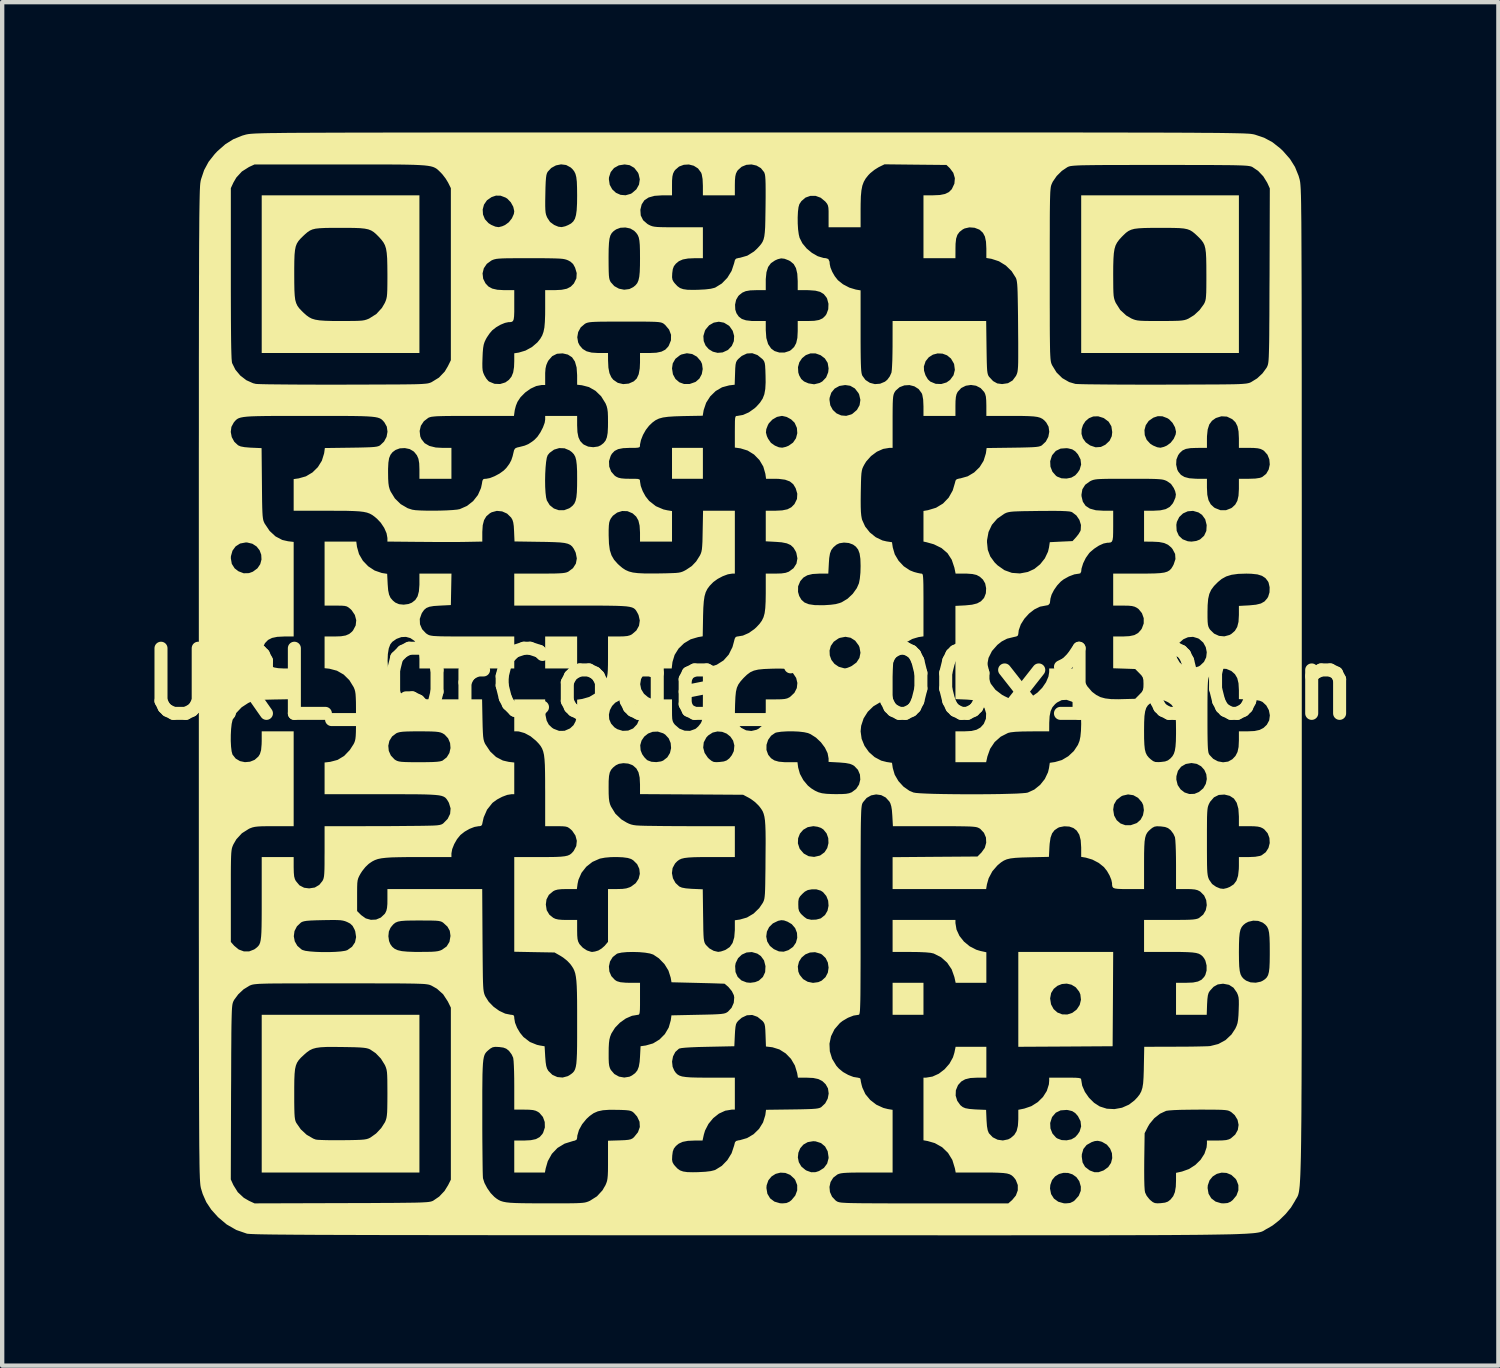
<source format=kicad_pcb>
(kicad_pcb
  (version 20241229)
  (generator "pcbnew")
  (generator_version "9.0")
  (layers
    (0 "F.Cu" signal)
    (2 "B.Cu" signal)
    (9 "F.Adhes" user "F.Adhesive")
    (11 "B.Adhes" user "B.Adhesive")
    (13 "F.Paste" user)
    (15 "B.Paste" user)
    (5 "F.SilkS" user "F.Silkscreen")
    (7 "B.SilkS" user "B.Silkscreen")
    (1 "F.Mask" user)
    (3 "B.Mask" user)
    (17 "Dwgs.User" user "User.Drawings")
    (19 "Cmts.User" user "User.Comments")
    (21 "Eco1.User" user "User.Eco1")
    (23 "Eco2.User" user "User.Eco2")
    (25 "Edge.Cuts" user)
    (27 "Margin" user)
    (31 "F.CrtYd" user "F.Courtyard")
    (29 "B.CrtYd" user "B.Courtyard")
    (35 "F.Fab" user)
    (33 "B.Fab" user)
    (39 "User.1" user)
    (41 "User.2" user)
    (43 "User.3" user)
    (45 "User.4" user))
  (footprint "URL_QrCode_1.00x1.00in"
    (layer "F.Cu")
    (at 14.229 12.7)
    (property "Reference" "URL_QrCode_1.00x1.00in" (at 0 0 0) (layer "F.SilkS") (effects (font (size 1.5 1.5) (thickness 0.3))))
    (attr board_only exclude_from_pos_files exclude_from_bom)
    (fp_poly (pts (xy -3.988 -0.724) (xy -3.988 -0.356) (xy -4.356 -0.356) (xy -4.724 -0.356) (xy -4.724 -0.724) (xy -4.724 -1.092) (xy -4.356 -1.092) (xy -3.988 -1.092)) (stroke (width 0) (type solid)) (fill yes) (layer "F.SilkS"))
    (fp_poly (pts (xy -1.092 -5.08) (xy -1.092 -4.724) (xy -1.448 -4.724) (xy -1.803 -4.724) (xy -1.803 -5.08) (xy -1.803 -5.436) (xy -1.448 -5.436) (xy -1.092 -5.436)) (stroke (width 0) (type solid)) (fill yes) (layer "F.SilkS"))
    (fp_poly (pts (xy 3.988 7.252) (xy 3.988 7.62) (xy 3.632 7.62) (xy 3.277 7.62) (xy 3.277 7.252) (xy 3.277 6.883) (xy 3.632 6.883) (xy 3.988 6.883)) (stroke (width 0) (type solid)) (fill yes) (layer "F.SilkS"))
    (fp_poly (pts (xy 4.724 5.508) (xy 4.749 5.658) (xy 4.816 5.803) (xy 4.92 5.934) (xy 5.052 6.043) (xy 5.205 6.122) (xy 5.299 6.15) (xy 5.436 6.18) (xy 5.436 6.532) (xy 5.436 6.883) (xy 5.082 6.883) (xy 4.729 6.883) (xy 4.7 6.751) (xy 4.637 6.573) (xy 4.532 6.418) (xy 4.392 6.294) (xy 4.224 6.209) (xy 4.153 6.193) (xy 4.039 6.182) (xy 3.879 6.175) (xy 3.702 6.173) (xy 3.277 6.172) (xy 3.277 5.804) (xy 3.277 5.436) (xy 4 5.436) (xy 4.724 5.436)) (stroke (width 0) (type solid)) (fill yes) (layer "F.SilkS"))
    (fp_poly (pts (xy 8.351 7.258) (xy 8.344 8.344) (xy 7.258 8.351) (xy 6.172 8.357) (xy 6.172 7.265) (xy 6.172 7.248) (xy 6.905 7.248) (xy 6.926 7.38) (xy 6.985 7.489) (xy 7.072 7.567) (xy 7.181 7.61) (xy 7.301 7.613) (xy 7.415 7.576) (xy 7.518 7.497) (xy 7.586 7.393) (xy 7.615 7.274) (xy 7.601 7.151) (xy 7.574 7.087) (xy 7.496 6.988) (xy 7.397 6.927) (xy 7.288 6.902) (xy 7.177 6.911) (xy 7.074 6.952) (xy 6.988 7.022) (xy 6.928 7.118) (xy 6.905 7.239) (xy 6.905 7.248) (xy 6.172 7.248) (xy 6.172 6.172) (xy 7.265 6.172) (xy 8.357 6.172)) (stroke (width 0) (type solid)) (fill yes) (layer "F.SilkS"))
    (fp_poly (pts (xy -7.62 -9.436) (xy -7.62 -7.62) (xy -9.436 -7.62) (xy -11.252 -7.62) (xy -11.252 -9.436) (xy -10.503 -9.436) (xy -10.502 -9.231) (xy -10.499 -9.069) (xy -10.492 -8.944) (xy -10.48 -8.846) (xy -10.459 -8.77) (xy -10.43 -8.708) (xy -10.389 -8.651) (xy -10.335 -8.594) (xy -10.296 -8.555) (xy -10.229 -8.494) (xy -10.165 -8.447) (xy -10.098 -8.412) (xy -10.018 -8.388) (xy -9.918 -8.372) (xy -9.79 -8.363) (xy -9.627 -8.358) (xy -9.436 -8.357) (xy -9.257 -8.358) (xy -9.12 -8.359) (xy -9.019 -8.362) (xy -8.943 -8.367) (xy -8.887 -8.376) (xy -8.841 -8.389) (xy -8.797 -8.406) (xy -8.775 -8.416) (xy -8.612 -8.519) (xy -8.484 -8.658) (xy -8.416 -8.775) (xy -8.397 -8.82) (xy -8.382 -8.864) (xy -8.371 -8.915) (xy -8.364 -8.98) (xy -8.36 -9.069) (xy -8.358 -9.188) (xy -8.357 -9.346) (xy -8.357 -9.436) (xy -8.359 -9.64) (xy -8.363 -9.8) (xy -8.373 -9.926) (xy -8.389 -10.024) (xy -8.414 -10.103) (xy -8.45 -10.17) (xy -8.498 -10.233) (xy -8.555 -10.296) (xy -8.617 -10.358) (xy -8.673 -10.406) (xy -8.731 -10.442) (xy -8.798 -10.468) (xy -8.881 -10.485) (xy -8.988 -10.496) (xy -9.127 -10.501) (xy -9.305 -10.503) (xy -9.436 -10.503) (xy -9.637 -10.503) (xy -9.795 -10.5) (xy -9.917 -10.494) (xy -10.011 -10.484) (xy -10.084 -10.466) (xy -10.143 -10.44) (xy -10.197 -10.404) (xy -10.253 -10.356) (xy -10.296 -10.316) (xy -10.358 -10.255) (xy -10.406 -10.199) (xy -10.442 -10.142) (xy -10.468 -10.075) (xy -10.485 -9.991) (xy -10.496 -9.883) (xy -10.501 -9.744) (xy -10.503 -9.566) (xy -10.503 -9.436) (xy -11.252 -9.436) (xy -11.252 -11.252) (xy -9.436 -11.252) (xy -7.62 -11.252)) (stroke (width 0) (type solid)) (fill yes) (layer "F.SilkS"))
    (fp_poly (pts (xy -7.62 9.436) (xy -7.62 11.252) (xy -9.436 11.252) (xy -11.252 11.252) (xy -11.252 9.436) (xy -10.503 9.436) (xy -10.503 9.627) (xy -10.501 9.774) (xy -10.498 9.884) (xy -10.493 9.965) (xy -10.485 10.023) (xy -10.475 10.066) (xy -10.46 10.1) (xy -10.456 10.109) (xy -10.352 10.258) (xy -10.217 10.383) (xy -10.063 10.472) (xy -10.008 10.493) (xy -9.964 10.499) (xy -9.878 10.503) (xy -9.758 10.507) (xy -9.613 10.508) (xy -9.452 10.508) (xy -9.398 10.508) (xy -9.216 10.506) (xy -9.077 10.503) (xy -8.974 10.499) (xy -8.898 10.493) (xy -8.843 10.484) (xy -8.801 10.472) (xy -8.764 10.455) (xy -8.75 10.448) (xy -8.618 10.354) (xy -8.5 10.229) (xy -8.413 10.093) (xy -8.409 10.084) (xy -8.392 10.041) (xy -8.379 9.995) (xy -8.37 9.938) (xy -8.363 9.862) (xy -8.36 9.76) (xy -8.358 9.622) (xy -8.357 9.442) (xy -8.357 9.436) (xy -8.358 9.257) (xy -8.359 9.121) (xy -8.362 9.019) (xy -8.367 8.944) (xy -8.376 8.887) (xy -8.389 8.841) (xy -8.406 8.797) (xy -8.417 8.774) (xy -8.507 8.629) (xy -8.627 8.504) (xy -8.758 8.416) (xy -8.797 8.4) (xy -8.844 8.388) (xy -8.907 8.379) (xy -8.994 8.372) (xy -9.112 8.367) (xy -9.269 8.364) (xy -9.397 8.362) (xy -9.604 8.36) (xy -9.768 8.361) (xy -9.896 8.368) (xy -9.997 8.382) (xy -10.077 8.404) (xy -10.145 8.436) (xy -10.208 8.48) (xy -10.274 8.537) (xy -10.281 8.544) (xy -10.348 8.606) (xy -10.399 8.663) (xy -10.438 8.722) (xy -10.465 8.789) (xy -10.484 8.872) (xy -10.495 8.979) (xy -10.501 9.117) (xy -10.503 9.293) (xy -10.503 9.436) (xy -11.252 9.436) (xy -11.252 7.62) (xy -9.436 7.62) (xy -7.62 7.62)) (stroke (width 0) (type solid)) (fill yes) (layer "F.SilkS"))
    (fp_poly (pts (xy 11.252 -9.436) (xy 11.252 -7.62) (xy 9.436 -7.62) (xy 7.62 -7.62) (xy 7.62 -9.436) (xy 8.357 -9.436) (xy 8.358 -9.257) (xy 8.359 -9.12) (xy 8.362 -9.019) (xy 8.367 -8.943) (xy 8.376 -8.887) (xy 8.389 -8.841) (xy 8.406 -8.797) (xy 8.416 -8.775) (xy 8.519 -8.612) (xy 8.658 -8.484) (xy 8.775 -8.416) (xy 8.82 -8.397) (xy 8.864 -8.382) (xy 8.915 -8.371) (xy 8.98 -8.364) (xy 9.069 -8.36) (xy 9.188 -8.358) (xy 9.346 -8.357) (xy 9.436 -8.357) (xy 9.617 -8.358) (xy 9.756 -8.36) (xy 9.86 -8.363) (xy 9.936 -8.369) (xy 9.993 -8.378) (xy 10.04 -8.391) (xy 10.082 -8.409) (xy 10.084 -8.409) (xy 10.221 -8.493) (xy 10.347 -8.61) (xy 10.443 -8.742) (xy 10.448 -8.75) (xy 10.466 -8.786) (xy 10.479 -8.823) (xy 10.489 -8.869) (xy 10.495 -8.931) (xy 10.5 -9.016) (xy 10.502 -9.132) (xy 10.503 -9.286) (xy 10.503 -9.436) (xy 10.502 -9.642) (xy 10.499 -9.804) (xy 10.492 -9.93) (xy 10.479 -10.027) (xy 10.459 -10.103) (xy 10.429 -10.165) (xy 10.388 -10.221) (xy 10.335 -10.278) (xy 10.296 -10.316) (xy 10.234 -10.373) (xy 10.18 -10.416) (xy 10.125 -10.449) (xy 10.062 -10.472) (xy 9.983 -10.488) (xy 9.881 -10.497) (xy 9.748 -10.501) (xy 9.578 -10.503) (xy 9.436 -10.503) (xy 9.231 -10.502) (xy 9.069 -10.499) (xy 8.944 -10.492) (xy 8.846 -10.48) (xy 8.77 -10.459) (xy 8.708 -10.43) (xy 8.651 -10.389) (xy 8.594 -10.335) (xy 8.555 -10.296) (xy 8.494 -10.229) (xy 8.447 -10.165) (xy 8.412 -10.098) (xy 8.388 -10.018) (xy 8.372 -9.918) (xy 8.363 -9.79) (xy 8.358 -9.627) (xy 8.357 -9.436) (xy 7.62 -9.436) (xy 7.62 -11.252) (xy 9.436 -11.252) (xy 11.252 -11.252)) (stroke (width 0) (type solid)) (fill yes) (layer "F.SilkS"))
    (fp_poly (pts (xy 0.908 -12.7) (xy 1.766 -12.7) (xy 2.577 -12.7) (xy 3.341 -12.7) (xy 4.06 -12.7) (xy 4.735 -12.7) (xy 5.367 -12.7) (xy 5.959 -12.699) (xy 6.511 -12.699) (xy 7.025 -12.699) (xy 7.502 -12.699) (xy 7.944 -12.698) (xy 8.352 -12.698) (xy 8.728 -12.697) (xy 9.072 -12.696) (xy 9.387 -12.696) (xy 9.673 -12.695) (xy 9.933 -12.694) (xy 10.167 -12.693) (xy 10.377 -12.691) (xy 10.565 -12.69) (xy 10.731 -12.689) (xy 10.877 -12.687) (xy 11.005 -12.685) (xy 11.116 -12.683) (xy 11.211 -12.681) (xy 11.292 -12.679) (xy 11.36 -12.677) (xy 11.417 -12.674) (xy 11.464 -12.672) (xy 11.502 -12.669) (xy 11.533 -12.666) (xy 11.558 -12.662) (xy 11.579 -12.659) (xy 11.597 -12.655) (xy 11.613 -12.651) (xy 11.619 -12.65) (xy 11.833 -12.578) (xy 12.024 -12.475) (xy 12.204 -12.333) (xy 12.27 -12.27) (xy 12.428 -12.09) (xy 12.544 -11.905) (xy 12.627 -11.7) (xy 12.65 -11.619) (xy 12.654 -11.603) (xy 12.657 -11.586) (xy 12.661 -11.566) (xy 12.664 -11.543) (xy 12.667 -11.514) (xy 12.67 -11.478) (xy 12.673 -11.435) (xy 12.676 -11.382) (xy 12.678 -11.318) (xy 12.681 -11.242) (xy 12.683 -11.152) (xy 12.685 -11.047) (xy 12.686 -10.926) (xy 12.688 -10.787) (xy 12.69 -10.628) (xy 12.691 -10.449) (xy 12.692 -10.247) (xy 12.693 -10.022) (xy 12.694 -9.772) (xy 12.695 -9.496) (xy 12.696 -9.191) (xy 12.697 -8.858) (xy 12.697 -8.494) (xy 12.698 -8.098) (xy 12.698 -7.669) (xy 12.699 -7.205) (xy 12.699 -6.704) (xy 12.699 -6.166) (xy 12.699 -5.589) (xy 12.699 -4.972) (xy 12.7 -4.313) (xy 12.7 -3.61) (xy 12.7 -2.863) (xy 12.7 -2.07) (xy 12.7 -1.229) (xy 12.7 -0.339) (xy 12.7 -0.002) (xy 12.7 0.914) (xy 12.7 1.782) (xy 12.7 2.601) (xy 12.7 3.373) (xy 12.7 4.101) (xy 12.7 4.784) (xy 12.7 5.425) (xy 12.699 6.025) (xy 12.699 6.586) (xy 12.699 7.108) (xy 12.698 7.593) (xy 12.698 8.043) (xy 12.697 8.459) (xy 12.696 8.842) (xy 12.695 9.194) (xy 12.693 9.516) (xy 12.692 9.81) (xy 12.69 10.076) (xy 12.687 10.317) (xy 12.685 10.533) (xy 12.682 10.727) (xy 12.679 10.899) (xy 12.675 11.051) (xy 12.671 11.184) (xy 12.667 11.3) (xy 12.662 11.4) (xy 12.657 11.485) (xy 12.652 11.557) (xy 12.645 11.618) (xy 12.639 11.668) (xy 12.632 11.709) (xy 12.624 11.743) (xy 12.616 11.771) (xy 12.607 11.793) (xy 12.598 11.813) (xy 12.588 11.83) (xy 12.578 11.847) (xy 12.567 11.864) (xy 12.555 11.884) (xy 12.543 11.908) (xy 12.541 11.911) (xy 12.451 12.059) (xy 12.326 12.21) (xy 12.181 12.352) (xy 12.03 12.471) (xy 11.911 12.541) (xy 11.887 12.553) (xy 11.867 12.565) (xy 11.849 12.576) (xy 11.832 12.587) (xy 11.815 12.597) (xy 11.796 12.606) (xy 11.774 12.615) (xy 11.747 12.623) (xy 11.715 12.631) (xy 11.675 12.638) (xy 11.626 12.645) (xy 11.567 12.651) (xy 11.496 12.656) (xy 11.413 12.662) (xy 11.315 12.666) (xy 11.202 12.671) (xy 11.071 12.675) (xy 10.922 12.678) (xy 10.753 12.681) (xy 10.562 12.684) (xy 10.349 12.687) (xy 10.112 12.689) (xy 9.85 12.691) (xy 9.56 12.693) (xy 9.242 12.694) (xy 8.895 12.695) (xy 8.516 12.696) (xy 8.105 12.697) (xy 7.661 12.698) (xy 7.18 12.698) (xy 6.664 12.698) (xy 6.109 12.698) (xy 5.515 12.699) (xy 4.88 12.699) (xy 4.203 12.698) (xy 3.482 12.698) (xy 2.716 12.698) (xy 1.904 12.698) (xy 1.044 12.698) (xy 0.135 12.698) (xy -0.013 12.698) (xy -0.935 12.697) (xy -1.808 12.697) (xy -2.633 12.697) (xy -3.41 12.697) (xy -4.143 12.696) (xy -4.831 12.696) (xy -5.477 12.696) (xy -6.081 12.695) (xy -6.644 12.695) (xy -7.17 12.694) (xy -7.657 12.693) (xy -8.109 12.693) (xy -8.525 12.692) (xy -8.908 12.691) (xy -9.259 12.69) (xy -9.58 12.689) (xy -9.87 12.688) (xy -10.133 12.687) (xy -10.369 12.685) (xy -10.579 12.684) (xy -10.765 12.682) (xy -10.928 12.681) (xy -11.07 12.679) (xy -11.192 12.677) (xy -11.295 12.675) (xy -11.38 12.673) (xy -11.45 12.67) (xy -11.504 12.668) (xy -11.545 12.665) (xy -11.574 12.663) (xy -11.592 12.66) (xy -11.593 12.66) (xy -11.836 12.576) (xy -12.059 12.448) (xy -12.257 12.281) (xy -12.413 12.108) (xy -12.528 11.935) (xy -12.611 11.747) (xy -12.65 11.619) (xy -12.654 11.603) (xy -12.657 11.586) (xy -12.661 11.566) (xy -12.664 11.543) (xy -12.667 11.514) (xy -12.67 11.478) (xy -12.673 11.435) (xy -12.674 11.411) (xy -11.964 11.411) (xy -11.905 11.541) (xy -11.803 11.705) (xy -11.665 11.834) (xy -11.545 11.904) (xy -11.417 11.963) (xy -9.411 11.957) (xy -9.044 11.956) (xy -8.724 11.955) (xy -8.449 11.953) (xy -8.214 11.952) (xy -8.015 11.95) (xy -7.85 11.948) (xy -7.716 11.946) (xy -7.607 11.943) (xy -7.522 11.939) (xy -7.456 11.935) (xy -7.407 11.93) (xy -7.37 11.924) (xy -7.342 11.917) (xy -7.32 11.909) (xy -7.303 11.901) (xy -7.165 11.807) (xy -7.042 11.677) (xy -6.959 11.543) (xy -6.896 11.417) (xy -6.896 9.625) (xy -6.172 9.625) (xy -6.172 9.921) (xy -6.172 9.975) (xy -6.172 10.232) (xy -6.171 10.476) (xy -6.169 10.702) (xy -6.167 10.905) (xy -6.165 11.079) (xy -6.163 11.219) (xy -6.16 11.321) (xy -6.157 11.378) (xy -6.156 11.386) (xy -6.122 11.493) (xy -6.059 11.612) (xy -5.98 11.725) (xy -5.894 11.814) (xy -5.89 11.817) (xy -5.843 11.854) (xy -5.798 11.883) (xy -5.749 11.907) (xy -5.691 11.925) (xy -5.618 11.939) (xy -5.525 11.949) (xy -5.406 11.955) (xy -5.255 11.959) (xy -5.067 11.961) (xy -4.837 11.962) (xy -4.712 11.962) (xy -4.476 11.962) (xy -4.285 11.962) (xy -4.133 11.961) (xy -4.016 11.959) (xy -3.926 11.955) (xy -3.859 11.95) (xy -3.808 11.943) (xy -3.769 11.933) (xy -3.734 11.921) (xy -3.7 11.906) (xy -3.695 11.904) (xy -3.532 11.801) (xy -3.404 11.662) (xy -3.374 11.609) (xy 0.371 11.609) (xy 0.393 11.741) (xy 0.456 11.847) (xy 0.555 11.922) (xy 0.683 11.96) (xy 0.742 11.963) (xy 0.832 11.955) (xy 0.901 11.925) (xy 0.95 11.886) (xy 1.036 11.782) (xy 1.08 11.663) (xy 1.08 11.541) (xy 1.035 11.425) (xy 1.013 11.394) (xy 0.918 11.307) (xy 0.808 11.262) (xy 0.694 11.255) (xy 0.584 11.283) (xy 0.489 11.343) (xy 0.416 11.432) (xy 0.376 11.547) (xy 0.371 11.609) (xy -3.374 11.609) (xy -3.336 11.545) (xy -3.315 11.495) (xy -3.299 11.447) (xy -3.289 11.39) (xy -3.282 11.317) (xy -3.278 11.217) (xy -3.277 11.082) (xy -3.277 10.969) (xy -3.277 10.52) (xy -3.012 10.512) (xy -2.891 10.507) (xy -2.808 10.499) (xy -2.754 10.487) (xy -2.714 10.468) (xy -2.679 10.439) (xy -2.587 10.325) (xy -2.544 10.204) (xy -2.551 10.082) (xy -2.607 9.963) (xy -2.679 9.881) (xy -2.711 9.854) (xy -2.746 9.836) (xy -2.793 9.824) (xy -2.864 9.816) (xy -2.969 9.811) (xy -3.063 9.809) (xy -3.248 9.808) (xy -3.394 9.818) (xy -3.511 9.843) (xy -3.609 9.886) (xy -3.699 9.95) (xy -3.773 10.018) (xy -3.873 10.14) (xy -3.946 10.273) (xy -3.984 10.403) (xy -3.988 10.454) (xy -3.999 10.494) (xy -4.039 10.517) (xy -4.083 10.527) (xy -4.276 10.587) (xy -4.44 10.686) (xy -4.57 10.822) (xy -4.664 10.991) (xy -4.712 11.157) (xy -4.73 11.252) (xy -5.083 11.252) (xy -5.436 11.252) (xy -5.436 10.884) (xy -5.436 10.516) (xy -5.213 10.516) (xy -5.055 10.508) (xy -4.937 10.483) (xy -4.851 10.436) (xy -4.788 10.365) (xy -4.771 10.336) (xy -4.731 10.214) (xy -4.734 10.089) (xy -4.776 9.973) (xy -4.856 9.879) (xy -4.889 9.856) (xy -4.941 9.83) (xy -5.004 9.814) (xy -5.092 9.806) (xy -5.204 9.804) (xy -5.436 9.804) (xy -5.436 9.252) (xy -5.437 9.084) (xy -5.44 8.927) (xy -5.445 8.792) (xy -5.451 8.687) (xy -5.459 8.621) (xy -5.461 8.609) (xy -5.497 8.531) (xy -5.553 8.456) (xy -5.562 8.446) (xy -5.621 8.4) (xy -5.688 8.375) (xy -5.783 8.362) (xy -5.786 8.362) (xy -5.875 8.358) (xy -5.933 8.368) (xy -5.983 8.395) (xy -6.018 8.423) (xy -6.051 8.451) (xy -6.079 8.478) (xy -6.102 8.508) (xy -6.121 8.545) (xy -6.136 8.594) (xy -6.148 8.659) (xy -6.157 8.745) (xy -6.163 8.855) (xy -6.168 8.993) (xy -6.17 9.165) (xy -6.172 9.374) (xy -6.172 9.625) (xy -6.896 9.625) (xy -6.896 9.436) (xy -6.896 7.455) (xy -6.967 7.311) (xy -7.074 7.147) (xy -7.217 7.019) (xy -7.339 6.95) (xy -7.361 6.94) (xy -7.384 6.931) (xy -7.412 6.924) (xy -7.448 6.918) (xy -7.496 6.912) (xy -7.558 6.908) (xy -7.64 6.905) (xy -7.743 6.902) (xy -7.872 6.9) (xy -8.031 6.898) (xy -8.222 6.897) (xy -8.449 6.897) (xy -8.717 6.896) (xy -9.027 6.896) (xy -9.384 6.896) (xy -9.436 6.896) (xy -9.8 6.896) (xy -10.116 6.896) (xy -10.389 6.897) (xy -10.622 6.897) (xy -10.817 6.898) (xy -10.98 6.899) (xy -11.113 6.901) (xy -11.22 6.904) (xy -11.304 6.907) (xy -11.369 6.912) (xy -11.418 6.917) (xy -11.455 6.923) (xy -11.484 6.93) (xy -11.508 6.939) (xy -11.53 6.948) (xy -11.535 6.951) (xy -11.669 7.033) (xy -11.791 7.147) (xy -11.886 7.275) (xy -11.901 7.303) (xy -11.91 7.323) (xy -11.918 7.346) (xy -11.925 7.375) (xy -11.931 7.414) (xy -11.936 7.466) (xy -11.94 7.535) (xy -11.943 7.623) (xy -11.946 7.736) (xy -11.949 7.876) (xy -11.951 8.046) (xy -11.952 8.25) (xy -11.954 8.492) (xy -11.955 8.775) (xy -11.956 9.102) (xy -11.958 9.407) (xy -11.964 11.411) (xy -12.674 11.411) (xy -12.676 11.382) (xy -12.678 11.318) (xy -12.681 11.242) (xy -12.683 11.152) (xy -12.685 11.047) (xy -12.686 10.926) (xy -12.688 10.787) (xy -12.69 10.628) (xy -12.691 10.448) (xy -12.692 10.247) (xy -12.693 10.022) (xy -12.694 9.772) (xy -12.695 9.495) (xy -12.696 9.191) (xy -12.697 8.858) (xy -12.697 8.494) (xy -12.698 8.098) (xy -12.698 7.668) (xy -12.699 7.204) (xy -12.699 6.704) (xy -12.699 6.166) (xy -12.7 5.589) (xy -12.7 4.971) (xy -12.7 4.312) (xy -12.7 3.61) (xy -12.7 2.862) (xy -12.7 2.069) (xy -12.7 1.228) (xy -12.7 0.339) (xy -12.7 0) (xy -12.7 -0.908) (xy -12.7 -1.766) (xy -12.7 -2.577) (xy -12.7 -2.894) (xy -11.963 -2.894) (xy -11.941 -2.765) (xy -11.875 -2.661) (xy -11.788 -2.594) (xy -11.667 -2.548) (xy -11.546 -2.551) (xy -11.456 -2.584) (xy -11.351 -2.661) (xy -11.286 -2.757) (xy -11.257 -2.865) (xy -11.263 -2.975) (xy -11.301 -3.078) (xy -11.37 -3.165) (xy -11.467 -3.228) (xy -11.589 -3.257) (xy -11.623 -3.257) (xy -11.75 -3.233) (xy -11.853 -3.167) (xy -11.925 -3.068) (xy -11.961 -2.941) (xy -11.963 -2.894) (xy -12.7 -2.894) (xy -12.7 -3.341) (xy -12.7 -4.06) (xy -12.7 -4.735) (xy -12.7 -5.367) (xy -12.699 -5.803) (xy -11.965 -5.803) (xy -11.942 -5.684) (xy -11.883 -5.576) (xy -11.796 -5.495) (xy -11.736 -5.469) (xy -11.645 -5.452) (xy -11.513 -5.441) (xy -11.491 -5.44) (xy -11.255 -5.43) (xy -11.247 -4.613) (xy -11.245 -4.388) (xy -11.243 -4.207) (xy -11.24 -4.065) (xy -11.236 -3.956) (xy -11.231 -3.875) (xy -11.224 -3.815) (xy -11.216 -3.771) (xy -11.204 -3.736) (xy -11.19 -3.705) (xy -11.184 -3.693) (xy -11.07 -3.523) (xy -10.934 -3.397) (xy -10.778 -3.315) (xy -10.645 -3.285) (xy -10.516 -3.27) (xy -10.516 -2.181) (xy -10.516 -1.092) (xy -10.734 -1.092) (xy -10.894 -1.084) (xy -11.014 -1.059) (xy -11.105 -1.013) (xy -11.174 -0.942) (xy -11.179 -0.935) (xy -11.235 -0.818) (xy -11.245 -0.695) (xy -11.212 -0.578) (xy -11.14 -0.478) (xy -11.042 -0.409) (xy -10.962 -0.378) (xy -10.871 -0.362) (xy -10.751 -0.356) (xy -10.723 -0.356) (xy -10.516 -0.356) (xy -10.516 -0.002) (xy -10.516 0.351) (xy -10.966 0.359) (xy -11.129 0.363) (xy -11.251 0.367) (xy -11.34 0.373) (xy -11.407 0.382) (xy -11.46 0.396) (xy -11.509 0.415) (xy -11.563 0.44) (xy -11.715 0.539) (xy -11.837 0.668) (xy -11.918 0.817) (xy -11.924 0.833) (xy -11.944 0.921) (xy -11.957 1.039) (xy -11.964 1.175) (xy -11.965 1.315) (xy -11.958 1.445) (xy -11.945 1.552) (xy -11.926 1.624) (xy -11.924 1.628) (xy -11.851 1.72) (xy -11.752 1.778) (xy -11.639 1.802) (xy -11.522 1.792) (xy -11.415 1.749) (xy -11.329 1.673) (xy -11.293 1.615) (xy -11.266 1.524) (xy -11.254 1.389) (xy -11.252 1.311) (xy -11.252 1.092) (xy -10.884 1.092) (xy -10.516 1.092) (xy -10.516 2.184) (xy -10.516 3.277) (xy -10.966 3.277) (xy -11.131 3.277) (xy -11.253 3.279) (xy -11.343 3.284) (xy -11.41 3.292) (xy -11.463 3.304) (xy -11.51 3.321) (xy -11.545 3.336) (xy -11.708 3.439) (xy -11.836 3.578) (xy -11.904 3.695) (xy -11.918 3.727) (xy -11.93 3.758) (xy -11.94 3.794) (xy -11.947 3.838) (xy -11.953 3.897) (xy -11.957 3.976) (xy -11.96 4.079) (xy -11.962 4.211) (xy -11.963 4.379) (xy -11.963 4.586) (xy -11.963 4.838) (xy -11.963 4.882) (xy -11.963 5.942) (xy -11.886 6.03) (xy -11.782 6.116) (xy -11.663 6.16) (xy -11.541 6.16) (xy -11.425 6.115) (xy -11.394 6.093) (xy -11.359 6.065) (xy -11.33 6.036) (xy -11.307 6.003) (xy -11.289 5.959) (xy -11.276 5.901) (xy -11.266 5.822) (xy -11.265 5.811) (xy -10.513 5.811) (xy -10.491 5.928) (xy -10.431 6.033) (xy -10.334 6.116) (xy -10.312 6.128) (xy -10.246 6.147) (xy -10.14 6.161) (xy -10.007 6.171) (xy -9.858 6.176) (xy -9.704 6.176) (xy -9.557 6.171) (xy -9.428 6.161) (xy -9.329 6.146) (xy -9.281 6.131) (xy -9.172 6.054) (xy -9.103 5.951) (xy -9.078 5.83) (xy -9.081 5.81) (xy -8.335 5.81) (xy -8.32 5.92) (xy -8.29 5.993) (xy -8.246 6.054) (xy -8.192 6.099) (xy -8.121 6.132) (xy -8.024 6.154) (xy -7.895 6.166) (xy -7.727 6.172) (xy -7.622 6.172) (xy -7.461 6.171) (xy -7.342 6.169) (xy -7.256 6.163) (xy -7.192 6.154) (xy -7.142 6.14) (xy -7.1 6.122) (xy -6.993 6.046) (xy -6.928 5.94) (xy -6.905 5.807) (xy -6.905 5.799) (xy -6.921 5.685) (xy -6.975 5.589) (xy -7.071 5.501) (xy -7.099 5.482) (xy -7.132 5.469) (xy -7.177 5.459) (xy -7.242 5.453) (xy -7.335 5.45) (xy -7.465 5.449) (xy -7.62 5.448) (xy -7.8 5.449) (xy -7.937 5.452) (xy -8.039 5.46) (xy -8.114 5.474) (xy -8.17 5.497) (xy -8.215 5.531) (xy -8.256 5.577) (xy -8.287 5.618) (xy -8.324 5.702) (xy -8.335 5.81) (xy -9.081 5.81) (xy -9.098 5.698) (xy -9.115 5.654) (xy -9.159 5.572) (xy -9.215 5.519) (xy -9.285 5.483) (xy -9.332 5.464) (xy -9.381 5.451) (xy -9.44 5.442) (xy -9.519 5.438) (xy -9.627 5.437) (xy -9.773 5.439) (xy -9.839 5.44) (xy -10.004 5.444) (xy -10.127 5.449) (xy -10.215 5.456) (xy -10.276 5.466) (xy -10.318 5.479) (xy -10.347 5.494) (xy -10.441 5.583) (xy -10.497 5.692) (xy -10.513 5.811) (xy -11.265 5.811) (xy -11.259 5.718) (xy -11.255 5.583) (xy -11.253 5.413) (xy -11.252 5.202) (xy -11.252 4.946) (xy -11.252 4.942) (xy -11.252 3.988) (xy -10.884 3.988) (xy -10.516 3.988) (xy -10.516 4.223) (xy -10.513 4.346) (xy -10.505 4.433) (xy -10.488 4.495) (xy -10.466 4.539) (xy -10.382 4.639) (xy -10.276 4.694) (xy -10.16 4.709) (xy -10.029 4.689) (xy -9.926 4.628) (xy -9.854 4.539) (xy -9.838 4.509) (xy -9.826 4.474) (xy -9.817 4.427) (xy -9.811 4.361) (xy -9.807 4.269) (xy -9.805 4.144) (xy -9.805 3.979) (xy -9.804 3.867) (xy -9.804 3.277) (xy -9.074 3.277) (xy -8.844 3.276) (xy -8.592 3.276) (xy -8.334 3.275) (xy -8.086 3.273) (xy -7.863 3.271) (xy -7.742 3.27) (xy -7.551 3.268) (xy -7.404 3.265) (xy -7.294 3.262) (xy -7.215 3.257) (xy -7.159 3.249) (xy -7.12 3.239) (xy -7.092 3.226) (xy -7.071 3.212) (xy -6.97 3.109) (xy -6.913 2.992) (xy -6.902 2.867) (xy -6.94 2.741) (xy -6.958 2.708) (xy -6.98 2.672) (xy -7.002 2.642) (xy -7.028 2.616) (xy -7.062 2.596) (xy -7.108 2.579) (xy -7.171 2.566) (xy -7.254 2.557) (xy -7.362 2.55) (xy -7.499 2.545) (xy -7.669 2.542) (xy -7.877 2.541) (xy -8.125 2.54) (xy -8.42 2.54) (xy -8.494 2.54) (xy -9.804 2.54) (xy -9.804 2.175) (xy -9.804 1.81) (xy -9.675 1.795) (xy -9.505 1.75) (xy -9.354 1.659) (xy -9.223 1.522) (xy -9.16 1.424) (xy -8.337 1.424) (xy -8.326 1.541) (xy -8.278 1.649) (xy -8.193 1.739) (xy -8.167 1.756) (xy -8.134 1.773) (xy -8.093 1.785) (xy -8.036 1.794) (xy -7.955 1.799) (xy -7.843 1.802) (xy -7.69 1.803) (xy -7.625 1.803) (xy -7.447 1.802) (xy -7.312 1.799) (xy -7.214 1.793) (xy -7.145 1.784) (xy -7.099 1.771) (xy -7.087 1.766) (xy -6.991 1.691) (xy -6.93 1.591) (xy -6.904 1.477) (xy -6.914 1.361) (xy -6.959 1.254) (xy -7.039 1.167) (xy -7.087 1.137) (xy -7.128 1.12) (xy -7.179 1.108) (xy -7.249 1.1) (xy -7.346 1.095) (xy -7.479 1.093) (xy -7.62 1.092) (xy -7.788 1.093) (xy -7.914 1.096) (xy -8.005 1.101) (xy -8.071 1.11) (xy -8.12 1.123) (xy -8.153 1.137) (xy -8.25 1.211) (xy -8.312 1.311) (xy -8.337 1.424) (xy -9.16 1.424) (xy -9.136 1.387) (xy -9.118 1.35) (xy -9.104 1.311) (xy -9.094 1.264) (xy -9.087 1.2) (xy -9.083 1.112) (xy -9.081 0.992) (xy -9.081 0.833) (xy -9.081 0.737) (xy -9.081 0.554) (xy -9.082 0.414) (xy -9.086 0.309) (xy -9.091 0.232) (xy -9.1 0.174) (xy -9.112 0.129) (xy -9.129 0.087) (xy -9.134 0.075) (xy -9.234 -0.087) (xy -9.364 -0.215) (xy -9.519 -0.304) (xy -9.69 -0.349) (xy -9.694 -0.35) (xy -9.804 -0.362) (xy -9.804 -0.727) (xy -9.804 -1.092) (xy -9.575 -1.092) (xy -9.427 -1.097) (xy -9.319 -1.115) (xy -9.237 -1.15) (xy -9.172 -1.204) (xy -9.147 -1.234) (xy -9.088 -1.346) (xy -9.075 -1.467) (xy -9.107 -1.588) (xy -9.181 -1.698) (xy -9.21 -1.726) (xy -9.253 -1.761) (xy -9.292 -1.784) (xy -9.34 -1.796) (xy -9.409 -1.802) (xy -9.514 -1.803) (xy -9.551 -1.803) (xy -9.804 -1.803) (xy -9.804 -2.54) (xy -9.804 -3.277) (xy -9.439 -3.277) (xy -9.074 -3.277) (xy -9.058 -3.156) (xy -9.011 -2.989) (xy -8.922 -2.836) (xy -8.799 -2.708) (xy -8.651 -2.611) (xy -8.485 -2.554) (xy -8.464 -2.551) (xy -8.363 -2.535) (xy -8.351 -2.294) (xy -8.34 -2.156) (xy -8.319 -2.056) (xy -8.285 -1.981) (xy -8.231 -1.919) (xy -8.175 -1.873) (xy -8.09 -1.836) (xy -7.982 -1.825) (xy -7.871 -1.84) (xy -7.794 -1.871) (xy -7.715 -1.933) (xy -7.662 -2.017) (xy -7.632 -2.131) (xy -7.62 -2.283) (xy -7.62 -2.317) (xy -7.62 -2.54) (xy -7.251 -2.54) (xy -6.882 -2.54) (xy -6.889 -2.178) (xy -6.896 -1.816) (xy -7.15 -1.803) (xy -7.289 -1.794) (xy -7.389 -1.777) (xy -7.459 -1.749) (xy -7.512 -1.705) (xy -7.558 -1.64) (xy -7.57 -1.618) (xy -7.612 -1.497) (xy -7.607 -1.374) (xy -7.558 -1.26) (xy -7.469 -1.165) (xy -7.434 -1.142) (xy -7.411 -1.129) (xy -7.384 -1.119) (xy -7.347 -1.111) (xy -7.296 -1.104) (xy -7.226 -1.1) (xy -7.13 -1.096) (xy -7.005 -1.094) (xy -6.844 -1.093) (xy -6.643 -1.092) (xy -6.396 -1.092) (xy -6.394 -1.092) (xy -5.436 -1.092) (xy -5.436 -0.724) (xy -5.436 -0.356) (xy -6.528 -0.356) (xy -7.62 -0.356) (xy -7.62 -0.578) (xy -7.632 -0.756) (xy -7.669 -0.893) (xy -7.734 -0.991) (xy -7.828 -1.055) (xy -7.93 -1.083) (xy -8.037 -1.078) (xy -8.148 -1.037) (xy -8.244 -0.97) (xy -8.29 -0.912) (xy -8.326 -0.817) (xy -8.347 -0.687) (xy -8.353 -0.535) (xy -8.345 -0.376) (xy -8.323 -0.223) (xy -8.287 -0.09) (xy -8.266 -0.039) (xy -8.187 0.082) (xy -8.072 0.194) (xy -7.939 0.283) (xy -7.914 0.295) (xy -7.877 0.312) (xy -7.841 0.325) (xy -7.801 0.335) (xy -7.749 0.343) (xy -7.681 0.348) (xy -7.59 0.352) (xy -7.47 0.354) (xy -7.314 0.355) (xy -7.118 0.355) (xy -6.981 0.355) (xy -6.177 0.356) (xy -6.168 0.819) (xy -6.164 0.987) (xy -6.159 1.113) (xy -6.153 1.205) (xy -6.144 1.272) (xy -6.131 1.323) (xy -6.114 1.366) (xy -6.103 1.387) (xy -5.99 1.556) (xy -5.855 1.683) (xy -5.699 1.764) (xy -5.565 1.795) (xy -5.436 1.81) (xy -5.436 2.175) (xy -5.436 2.54) (xy -5.498 2.54) (xy -5.598 2.556) (xy -5.715 2.6) (xy -5.832 2.662) (xy -5.931 2.734) (xy -5.944 2.747) (xy -6.063 2.897) (xy -6.14 3.074) (xy -6.162 3.17) (xy -6.176 3.237) (xy -6.198 3.268) (xy -6.24 3.277) (xy -6.258 3.277) (xy -6.353 3.294) (xy -6.466 3.338) (xy -6.578 3.402) (xy -6.672 3.476) (xy -6.678 3.482) (xy -6.754 3.575) (xy -6.819 3.689) (xy -6.865 3.804) (xy -6.883 3.903) (xy -6.883 3.905) (xy -6.883 3.988) (xy -7.653 3.988) (xy -7.899 3.988) (xy -8.1 3.991) (xy -8.262 3.995) (xy -8.392 4.004) (xy -8.495 4.016) (xy -8.577 4.033) (xy -8.645 4.057) (xy -8.704 4.087) (xy -8.761 4.125) (xy -8.791 4.147) (xy -8.864 4.217) (xy -8.937 4.308) (xy -8.976 4.369) (xy -9.007 4.425) (xy -9.029 4.474) (xy -9.043 4.524) (xy -9.051 4.589) (xy -9.054 4.677) (xy -9.055 4.801) (xy -9.055 4.87) (xy -9.055 5.231) (xy -8.962 5.324) (xy -8.856 5.4) (xy -8.738 5.433) (xy -8.618 5.427) (xy -8.509 5.381) (xy -8.42 5.297) (xy -8.406 5.276) (xy -8.381 5.223) (xy -8.366 5.158) (xy -8.358 5.067) (xy -8.357 4.959) (xy -8.357 4.724) (xy -7.265 4.724) (xy -6.174 4.724) (xy -6.167 5.899) (xy -6.165 6.174) (xy -6.163 6.403) (xy -6.161 6.591) (xy -6.159 6.743) (xy -6.156 6.862) (xy -6.152 6.955) (xy -6.147 7.025) (xy -6.14 7.078) (xy -6.132 7.118) (xy -6.122 7.151) (xy -6.11 7.18) (xy -6.105 7.192) (xy -6.025 7.319) (xy -5.913 7.434) (xy -5.783 7.528) (xy -5.645 7.593) (xy -5.512 7.62) (xy -5.498 7.62) (xy -5.455 7.628) (xy -5.438 7.66) (xy -5.435 7.703) (xy -5.418 7.803) (xy -5.371 7.92) (xy -5.303 8.035) (xy -5.224 8.132) (xy -5.221 8.134) (xy -5.076 8.246) (xy -4.913 8.312) (xy -4.845 8.327) (xy -4.737 8.345) (xy -4.723 8.588) (xy -4.713 8.711) (xy -4.7 8.797) (xy -4.681 8.859) (xy -4.652 8.91) (xy -4.649 8.914) (xy -4.558 9.003) (xy -4.444 9.054) (xy -4.322 9.065) (xy -4.203 9.033) (xy -4.163 9.01) (xy -4.121 8.981) (xy -4.086 8.952) (xy -4.058 8.919) (xy -4.036 8.876) (xy -4.019 8.818) (xy -4.006 8.741) (xy -3.998 8.639) (xy -3.992 8.508) (xy -3.992 8.496) (xy -3.262 8.496) (xy -3.262 8.632) (xy -3.258 8.728) (xy -3.249 8.795) (xy -3.234 8.846) (xy -3.212 8.89) (xy -3.131 8.984) (xy -3.023 9.044) (xy -2.903 9.065) (xy -2.783 9.046) (xy -2.726 9.018) (xy -2.652 8.964) (xy -2.601 8.9) (xy -2.568 8.816) (xy -2.548 8.7) (xy -2.548 8.698) (xy -1.802 8.698) (xy -1.789 8.817) (xy -1.752 8.903) (xy -1.719 8.952) (xy -1.682 8.99) (xy -1.635 9.019) (xy -1.572 9.04) (xy -1.485 9.053) (xy -1.37 9.062) (xy -1.219 9.066) (xy -1.026 9.068) (xy -0.942 9.068) (xy -0.356 9.068) (xy -0.356 9.436) (xy -0.356 9.804) (xy -0.428 9.804) (xy -0.578 9.829) (xy -0.723 9.896) (xy -0.854 10) (xy -0.963 10.132) (xy -1.042 10.285) (xy -1.07 10.379) (xy -1.1 10.516) (xy -1.28 10.516) (xy -1.438 10.523) (xy -1.558 10.546) (xy -1.649 10.588) (xy -1.714 10.642) (xy -1.76 10.701) (xy -1.785 10.768) (xy -1.798 10.863) (xy -1.798 10.866) (xy -1.802 10.955) (xy -1.792 11.013) (xy -1.765 11.063) (xy -1.737 11.098) (xy -1.679 11.16) (xy -1.619 11.203) (xy -1.546 11.229) (xy -1.45 11.243) (xy -1.322 11.246) (xy -1.206 11.244) (xy -1.036 11.235) (xy -0.91 11.22) (xy -0.823 11.198) (xy -0.805 11.191) (xy -0.656 11.099) (xy -0.529 10.968) (xy -0.49 10.905) (xy 1.095 10.905) (xy 1.117 11.014) (xy 1.175 11.114) (xy 1.271 11.194) (xy 1.296 11.208) (xy 1.403 11.246) (xy 1.503 11.244) (xy 1.583 11.218) (xy 1.695 11.147) (xy 1.77 11.046) (xy 1.802 10.925) (xy 1.803 10.901) (xy 1.782 10.763) (xy 1.722 10.652) (xy 1.628 10.574) (xy 1.505 10.535) (xy 1.449 10.531) (xy 1.323 10.552) (xy 1.223 10.609) (xy 1.15 10.693) (xy 1.107 10.795) (xy 1.095 10.905) (xy -0.49 10.905) (xy -0.431 10.809) (xy -0.372 10.631) (xy -0.368 10.614) (xy -0.353 10.556) (xy -0.326 10.526) (xy -0.271 10.511) (xy -0.239 10.507) (xy -0.074 10.459) (xy 0.076 10.37) (xy 0.201 10.248) (xy 0.293 10.1) (xy 0.344 9.936) (xy 0.347 9.921) (xy 0.362 9.808) (xy 0.963 9.8) (xy 1.157 9.797) (xy 1.307 9.793) (xy 1.419 9.789) (xy 1.501 9.783) (xy 1.558 9.775) (xy 1.598 9.764) (xy 1.628 9.75) (xy 1.634 9.746) (xy 1.725 9.66) (xy 1.783 9.551) (xy 1.805 9.433) (xy 1.789 9.316) (xy 1.735 9.219) (xy 1.658 9.146) (xy 1.567 9.1) (xy 1.449 9.075) (xy 1.298 9.068) (xy 1.097 9.068) (xy 1.079 8.96) (xy 1.027 8.788) (xy 0.937 8.635) (xy 0.816 8.51) (xy 0.671 8.418) (xy 0.51 8.368) (xy 0.487 8.365) (xy 0.36 8.35) (xy 0.358 8.286) (xy 1.823 8.286) (xy 1.831 8.462) (xy 1.884 8.633) (xy 1.981 8.793) (xy 2.039 8.858) (xy 2.136 8.938) (xy 2.255 9.005) (xy 2.376 9.052) (xy 2.477 9.068) (xy 2.528 9.081) (xy 2.54 9.114) (xy 2.547 9.164) (xy 2.565 9.241) (xy 2.58 9.295) (xy 2.65 9.447) (xy 2.761 9.581) (xy 2.902 9.69) (xy 3.065 9.765) (xy 3.169 9.791) (xy 3.277 9.809) (xy 3.277 10.531) (xy 3.277 11.252) (xy 2.686 11.252) (xy 2.493 11.253) (xy 2.343 11.254) (xy 2.23 11.258) (xy 2.148 11.263) (xy 2.088 11.271) (xy 2.044 11.282) (xy 2.009 11.296) (xy 2.007 11.297) (xy 1.91 11.371) (xy 1.848 11.471) (xy 1.823 11.584) (xy 1.834 11.701) (xy 1.882 11.809) (xy 1.967 11.899) (xy 1.993 11.916) (xy 2.009 11.925) (xy 2.03 11.932) (xy 2.058 11.939) (xy 2.097 11.945) (xy 2.152 11.949) (xy 2.224 11.953) (xy 2.318 11.956) (xy 2.437 11.958) (xy 2.585 11.96) (xy 2.765 11.961) (xy 2.981 11.962) (xy 3.236 11.963) (xy 3.533 11.963) (xy 3.877 11.963) (xy 4.006 11.963) (xy 5.942 11.963) (xy 6.03 11.886) (xy 6.116 11.782) (xy 6.16 11.663) (xy 6.16 11.621) (xy 6.902 11.621) (xy 6.927 11.749) (xy 6.992 11.852) (xy 7.092 11.925) (xy 7.22 11.961) (xy 7.269 11.963) (xy 7.364 11.954) (xy 7.439 11.918) (xy 7.467 11.897) (xy 7.563 11.79) (xy 7.61 11.674) (xy 7.612 11.577) (xy 7.576 11.452) (xy 7.509 11.358) (xy 7.42 11.295) (xy 7.318 11.262) (xy 7.212 11.26) (xy 7.109 11.286) (xy 7.019 11.342) (xy 6.949 11.426) (xy 6.909 11.538) (xy 6.902 11.621) (xy 6.16 11.621) (xy 6.16 11.541) (xy 6.115 11.425) (xy 6.093 11.394) (xy 6.057 11.351) (xy 6.019 11.318) (xy 5.973 11.293) (xy 5.911 11.275) (xy 5.829 11.264) (xy 5.717 11.257) (xy 5.571 11.253) (xy 5.382 11.252) (xy 5.313 11.252) (xy 4.73 11.252) (xy 4.712 11.157) (xy 4.653 10.963) (xy 4.607 10.888) (xy 7.633 10.888) (xy 7.652 11.02) (xy 7.71 11.123) (xy 7.812 11.201) (xy 7.825 11.208) (xy 7.925 11.245) (xy 8.02 11.245) (xy 8.105 11.215) (xy 9.071 11.215) (xy 9.072 11.408) (xy 9.076 11.557) (xy 9.083 11.661) (xy 9.092 11.713) (xy 9.128 11.788) (xy 9.188 11.864) (xy 9.212 11.888) (xy 9.269 11.934) (xy 9.318 11.956) (xy 9.38 11.962) (xy 9.453 11.958) (xy 9.55 11.946) (xy 9.617 11.922) (xy 9.675 11.877) (xy 9.678 11.874) (xy 9.739 11.798) (xy 9.778 11.704) (xy 9.794 11.609) (xy 10.531 11.609) (xy 10.553 11.741) (xy 10.616 11.847) (xy 10.715 11.922) (xy 10.843 11.96) (xy 10.902 11.963) (xy 10.992 11.955) (xy 11.061 11.925) (xy 11.11 11.886) (xy 11.196 11.782) (xy 11.24 11.663) (xy 11.24 11.541) (xy 11.195 11.425) (xy 11.173 11.394) (xy 11.078 11.307) (xy 10.968 11.262) (xy 10.854 11.255) (xy 10.744 11.283) (xy 10.649 11.343) (xy 10.576 11.432) (xy 10.536 11.547) (xy 10.531 11.609) (xy 9.794 11.609) (xy 9.799 11.58) (xy 9.804 11.44) (xy 9.804 11.26) (xy 9.941 11.23) (xy 10.103 11.172) (xy 10.248 11.079) (xy 10.369 10.96) (xy 10.458 10.822) (xy 10.508 10.674) (xy 10.516 10.588) (xy 10.516 10.516) (xy 10.751 10.516) (xy 10.874 10.513) (xy 10.96 10.505) (xy 11.023 10.488) (xy 11.067 10.466) (xy 11.167 10.379) (xy 11.227 10.272) (xy 11.245 10.155) (xy 11.221 10.038) (xy 11.156 9.931) (xy 11.077 9.862) (xy 11.049 9.845) (xy 11.02 9.831) (xy 10.984 9.821) (xy 10.933 9.814) (xy 10.861 9.809) (xy 10.762 9.806) (xy 10.629 9.805) (xy 10.456 9.804) (xy 10.331 9.804) (xy 10.101 9.806) (xy 9.907 9.809) (xy 9.753 9.815) (xy 9.642 9.823) (xy 9.578 9.832) (xy 9.575 9.833) (xy 9.435 9.898) (xy 9.304 10.001) (xy 9.196 10.131) (xy 9.157 10.197) (xy 9.081 10.347) (xy 9.072 10.984) (xy 9.071 11.215) (xy 8.105 11.215) (xy 8.128 11.207) (xy 8.14 11.202) (xy 8.242 11.128) (xy 8.307 11.031) (xy 8.335 10.921) (xy 8.328 10.807) (xy 8.286 10.701) (xy 8.211 10.61) (xy 8.102 10.547) (xy 8.076 10.538) (xy 8.002 10.522) (xy 7.935 10.528) (xy 7.862 10.552) (xy 7.745 10.618) (xy 7.67 10.711) (xy 7.635 10.834) (xy 7.633 10.888) (xy 4.607 10.888) (xy 4.553 10.8) (xy 4.417 10.669) (xy 4.249 10.575) (xy 4.083 10.527) (xy 3.988 10.51) (xy 3.988 9.789) (xy 3.988 9.068) (xy 4.045 9.068) (xy 4.195 9.043) (xy 4.341 8.977) (xy 4.474 8.875) (xy 4.586 8.747) (xy 4.667 8.601) (xy 4.7 8.494) (xy 4.728 8.357) (xy 5.082 8.357) (xy 5.436 8.357) (xy 5.436 8.712) (xy 5.436 9.068) (xy 5.226 9.068) (xy 5.068 9.076) (xy 4.949 9.105) (xy 4.859 9.156) (xy 4.787 9.235) (xy 4.782 9.243) (xy 4.734 9.358) (xy 4.729 9.481) (xy 4.765 9.6) (xy 4.838 9.702) (xy 4.892 9.745) (xy 4.952 9.771) (xy 5.044 9.788) (xy 5.177 9.799) (xy 5.195 9.8) (xy 5.43 9.81) (xy 5.44 10.045) (xy 5.45 10.183) (xy 5.467 10.279) (xy 5.492 10.342) (xy 5.495 10.348) (xy 5.583 10.441) (xy 5.695 10.497) (xy 5.817 10.514) (xy 5.938 10.489) (xy 5.997 10.458) (xy 6.079 10.387) (xy 6.133 10.298) (xy 6.162 10.18) (xy 6.167 10.111) (xy 6.906 10.111) (xy 6.912 10.237) (xy 6.958 10.354) (xy 7.041 10.448) (xy 7.069 10.467) (xy 7.168 10.505) (xy 7.283 10.511) (xy 7.394 10.489) (xy 7.482 10.438) (xy 7.483 10.437) (xy 7.54 10.373) (xy 7.584 10.307) (xy 7.619 10.19) (xy 7.605 10.07) (xy 7.545 9.953) (xy 7.483 9.883) (xy 7.413 9.838) (xy 7.318 9.815) (xy 7.284 9.811) (xy 7.146 9.821) (xy 7.036 9.874) (xy 6.955 9.968) (xy 6.945 9.987) (xy 6.906 10.111) (xy 6.167 10.111) (xy 6.172 10.025) (xy 6.172 10.016) (xy 6.172 9.808) (xy 6.309 9.78) (xy 6.473 9.724) (xy 6.619 9.632) (xy 6.74 9.513) (xy 6.828 9.374) (xy 6.876 9.223) (xy 6.883 9.141) (xy 6.883 9.068) (xy 7.252 9.068) (xy 7.396 9.068) (xy 7.497 9.07) (xy 7.562 9.075) (xy 7.599 9.083) (xy 7.616 9.095) (xy 7.62 9.113) (xy 7.62 9.114) (xy 7.643 9.252) (xy 7.705 9.395) (xy 7.799 9.53) (xy 7.917 9.647) (xy 8.047 9.731) (xy 8.211 9.783) (xy 8.386 9.792) (xy 8.56 9.76) (xy 8.721 9.689) (xy 8.848 9.591) (xy 8.916 9.519) (xy 8.967 9.453) (xy 9.004 9.383) (xy 9.03 9.3) (xy 9.047 9.197) (xy 9.056 9.063) (xy 9.062 8.89) (xy 9.063 8.82) (xy 9.072 8.357) (xy 9.775 8.355) (xy 9.965 8.354) (xy 10.144 8.353) (xy 10.305 8.35) (xy 10.438 8.347) (xy 10.536 8.344) (xy 10.592 8.34) (xy 10.592 8.34) (xy 10.778 8.293) (xy 10.944 8.203) (xy 11.081 8.074) (xy 11.169 7.94) (xy 11.199 7.875) (xy 11.22 7.812) (xy 11.233 7.735) (xy 11.242 7.632) (xy 11.247 7.514) (xy 11.251 7.381) (xy 11.25 7.287) (xy 11.244 7.219) (xy 11.23 7.165) (xy 11.207 7.111) (xy 11.205 7.107) (xy 11.128 6.997) (xy 11.025 6.93) (xy 10.894 6.905) (xy 10.879 6.905) (xy 10.765 6.921) (xy 10.669 6.975) (xy 10.581 7.071) (xy 10.554 7.116) (xy 10.537 7.175) (xy 10.526 7.261) (xy 10.519 7.381) (xy 10.511 7.62) (xy 10.158 7.62) (xy 9.804 7.62) (xy 9.804 7.252) (xy 9.804 6.883) (xy 10.039 6.883) (xy 10.194 6.877) (xy 10.308 6.854) (xy 10.391 6.813) (xy 10.452 6.748) (xy 10.479 6.703) (xy 10.508 6.601) (xy 10.508 6.484) (xy 10.48 6.372) (xy 10.45 6.317) (xy 10.415 6.273) (xy 10.377 6.24) (xy 10.329 6.214) (xy 10.265 6.196) (xy 10.178 6.184) (xy 10.078 6.178) (xy 11.252 6.178) (xy 11.252 6.178) (xy 11.254 6.362) (xy 11.259 6.503) (xy 11.271 6.609) (xy 11.29 6.687) (xy 11.32 6.745) (xy 11.361 6.791) (xy 11.416 6.832) (xy 11.417 6.833) (xy 11.52 6.873) (xy 11.64 6.881) (xy 11.756 6.857) (xy 11.803 6.834) (xy 11.856 6.798) (xy 11.895 6.758) (xy 11.924 6.706) (xy 11.943 6.635) (xy 11.955 6.538) (xy 11.961 6.408) (xy 11.963 6.237) (xy 11.963 6.167) (xy 11.962 5.981) (xy 11.957 5.838) (xy 11.947 5.73) (xy 11.929 5.651) (xy 11.902 5.592) (xy 11.864 5.547) (xy 11.812 5.506) (xy 11.797 5.496) (xy 11.698 5.458) (xy 11.582 5.452) (xy 11.469 5.478) (xy 11.406 5.511) (xy 11.355 5.552) (xy 11.316 5.599) (xy 11.288 5.659) (xy 11.27 5.739) (xy 11.259 5.847) (xy 11.254 5.991) (xy 11.252 6.178) (xy 10.078 6.178) (xy 10.061 6.177) (xy 9.908 6.173) (xy 9.713 6.172) (xy 9.655 6.172) (xy 9.068 6.172) (xy 9.068 5.804) (xy 9.068 5.436) (xy 9.659 5.436) (xy 9.851 5.435) (xy 9.999 5.434) (xy 10.111 5.431) (xy 10.192 5.426) (xy 10.251 5.418) (xy 10.294 5.408) (xy 10.328 5.394) (xy 10.336 5.389) (xy 10.43 5.313) (xy 10.489 5.212) (xy 10.512 5.096) (xy 10.499 4.979) (xy 10.451 4.872) (xy 10.366 4.786) (xy 10.351 4.776) (xy 10.299 4.75) (xy 10.236 4.734) (xy 10.148 4.726) (xy 10.036 4.724) (xy 9.804 4.724) (xy 9.804 4.172) (xy 9.803 4.004) (xy 9.8 3.847) (xy 9.795 3.712) (xy 9.79 3.63) (xy 10.516 3.63) (xy 10.516 3.85) (xy 10.517 4.025) (xy 10.518 4.162) (xy 10.521 4.266) (xy 10.526 4.344) (xy 10.533 4.401) (xy 10.542 4.445) (xy 10.554 4.48) (xy 10.568 4.511) (xy 10.635 4.608) (xy 10.726 4.672) (xy 10.82 4.711) (xy 10.896 4.72) (xy 10.979 4.701) (xy 11.044 4.674) (xy 11.133 4.616) (xy 11.195 4.533) (xy 11.233 4.419) (xy 11.25 4.265) (xy 11.252 4.197) (xy 11.252 3.988) (xy 11.471 3.988) (xy 11.627 3.981) (xy 11.738 3.961) (xy 11.775 3.947) (xy 11.871 3.876) (xy 11.933 3.778) (xy 11.962 3.665) (xy 11.955 3.548) (xy 11.914 3.439) (xy 11.837 3.35) (xy 11.803 3.326) (xy 11.751 3.301) (xy 11.686 3.286) (xy 11.595 3.278) (xy 11.487 3.277) (xy 11.252 3.277) (xy 11.252 3.054) (xy 11.24 2.875) (xy 11.202 2.738) (xy 11.137 2.64) (xy 11.042 2.578) (xy 10.919 2.548) (xy 10.788 2.557) (xy 10.678 2.612) (xy 10.591 2.712) (xy 10.573 2.744) (xy 10.557 2.777) (xy 10.544 2.811) (xy 10.534 2.85) (xy 10.527 2.903) (xy 10.522 2.973) (xy 10.518 3.069) (xy 10.517 3.195) (xy 10.516 3.358) (xy 10.516 3.565) (xy 10.516 3.63) (xy 9.79 3.63) (xy 9.789 3.607) (xy 9.781 3.541) (xy 9.779 3.529) (xy 9.743 3.451) (xy 9.687 3.376) (xy 9.678 3.366) (xy 9.619 3.32) (xy 9.552 3.295) (xy 9.457 3.282) (xy 9.454 3.282) (xy 9.365 3.278) (xy 9.307 3.288) (xy 9.257 3.315) (xy 9.222 3.343) (xy 9.175 3.385) (xy 9.139 3.428) (xy 9.112 3.479) (xy 9.093 3.544) (xy 9.08 3.631) (xy 9.073 3.747) (xy 9.069 3.898) (xy 9.068 4.09) (xy 9.068 4.152) (xy 9.068 4.724) (xy 8.715 4.724) (xy 8.568 4.724) (xy 8.465 4.72) (xy 8.397 4.711) (xy 8.357 4.694) (xy 8.338 4.666) (xy 8.331 4.624) (xy 8.331 4.589) (xy 8.314 4.51) (xy 8.273 4.41) (xy 8.215 4.309) (xy 8.149 4.225) (xy 8.146 4.22) (xy 8.025 4.123) (xy 7.878 4.046) (xy 7.728 4.001) (xy 7.62 3.983) (xy 7.62 3.767) (xy 7.609 3.599) (xy 7.576 3.472) (xy 7.517 3.378) (xy 7.442 3.319) (xy 7.346 3.285) (xy 7.23 3.279) (xy 7.12 3.3) (xy 7.087 3.314) (xy 7.006 3.369) (xy 6.95 3.442) (xy 6.914 3.542) (xy 6.894 3.679) (xy 6.889 3.747) (xy 6.877 3.983) (xy 6.429 3.993) (xy 6.245 3.998) (xy 6.103 4.006) (xy 5.993 4.019) (xy 5.908 4.039) (xy 5.838 4.069) (xy 5.773 4.111) (xy 5.706 4.167) (xy 5.69 4.181) (xy 5.574 4.315) (xy 5.489 4.476) (xy 5.449 4.616) (xy 5.431 4.724) (xy 4.354 4.724) (xy 3.277 4.724) (xy 3.277 4.357) (xy 3.277 3.99) (xy 4.254 3.982) (xy 5.232 3.975) (xy 5.324 3.882) (xy 5.4 3.776) (xy 5.433 3.658) (xy 5.427 3.538) (xy 5.381 3.429) (xy 5.297 3.34) (xy 5.276 3.326) (xy 5.252 3.314) (xy 5.225 3.303) (xy 5.188 3.295) (xy 5.137 3.289) (xy 5.067 3.284) (xy 4.971 3.281) (xy 4.846 3.279) (xy 4.685 3.277) (xy 4.484 3.277) (xy 4.239 3.277) (xy 3.284 3.277) (xy 3.271 3.038) (xy 3.261 2.908) (xy 3.259 2.894) (xy 8.357 2.894) (xy 8.378 3.03) (xy 8.437 3.138) (xy 8.526 3.214) (xy 8.636 3.254) (xy 8.761 3.254) (xy 8.892 3.208) (xy 8.903 3.203) (xy 8.988 3.128) (xy 9.043 3.025) (xy 9.064 2.908) (xy 9.048 2.791) (xy 9.018 2.726) (xy 8.93 2.624) (xy 8.821 2.563) (xy 8.699 2.545) (xy 8.576 2.573) (xy 8.541 2.59) (xy 8.435 2.673) (xy 8.374 2.779) (xy 8.357 2.894) (xy 3.259 2.894) (xy 3.246 2.816) (xy 3.224 2.747) (xy 3.204 2.71) (xy 3.119 2.616) (xy 3.014 2.561) (xy 2.898 2.545) (xy 2.783 2.567) (xy 2.679 2.626) (xy 2.597 2.723) (xy 2.584 2.745) (xy 2.577 2.762) (xy 2.57 2.785) (xy 2.565 2.816) (xy 2.56 2.858) (xy 2.555 2.916) (xy 2.552 2.991) (xy 2.549 3.087) (xy 2.546 3.207) (xy 2.544 3.354) (xy 2.543 3.531) (xy 2.542 3.742) (xy 2.541 3.989) (xy 2.54 4.276) (xy 2.54 4.606) (xy 2.54 4.982) (xy 2.54 5.226) (xy 2.54 5.629) (xy 2.54 5.983) (xy 2.54 6.293) (xy 2.539 6.562) (xy 2.538 6.791) (xy 2.537 6.985) (xy 2.536 7.146) (xy 2.534 7.277) (xy 2.531 7.382) (xy 2.528 7.463) (xy 2.525 7.523) (xy 2.52 7.566) (xy 2.515 7.594) (xy 2.509 7.61) (xy 2.502 7.618) (xy 2.495 7.62) (xy 2.494 7.62) (xy 2.378 7.638) (xy 2.248 7.689) (xy 2.124 7.762) (xy 2.063 7.81) (xy 1.939 7.953) (xy 1.859 8.114) (xy 1.823 8.286) (xy 0.358 8.286) (xy 0.351 8.089) (xy 0.346 7.968) (xy 0.339 7.887) (xy 0.327 7.832) (xy 0.307 7.793) (xy 0.279 7.759) (xy 0.165 7.667) (xy 0.044 7.624) (xy -0.078 7.631) (xy -0.197 7.687) (xy -0.279 7.759) (xy -0.309 7.796) (xy -0.329 7.837) (xy -0.341 7.896) (xy -0.35 7.983) (xy -0.356 8.086) (xy -0.368 8.344) (xy -0.978 8.357) (xy -1.196 8.362) (xy -1.366 8.369) (xy -1.494 8.377) (xy -1.582 8.386) (xy -1.634 8.397) (xy -1.646 8.403) (xy -1.727 8.476) (xy -1.78 8.579) (xy -1.802 8.698) (xy -2.548 8.698) (xy -2.54 8.587) (xy -2.527 8.344) (xy -2.406 8.327) (xy -2.239 8.279) (xy -2.091 8.189) (xy -1.968 8.065) (xy -1.879 7.914) (xy -1.832 7.749) (xy -1.816 7.633) (xy -1.206 7.62) (xy -1.014 7.616) (xy -0.866 7.612) (xy -0.755 7.607) (xy -0.674 7.601) (xy -0.617 7.593) (xy -0.576 7.583) (xy -0.546 7.569) (xy -0.518 7.551) (xy -0.516 7.55) (xy -0.432 7.46) (xy -0.381 7.345) (xy -0.37 7.221) (xy -0.379 7.169) (xy -0.425 7.075) (xy -0.505 6.978) (xy -0.591 6.905) (xy -0.617 6.903) (xy -0.687 6.901) (xy -0.793 6.897) (xy -0.929 6.893) (xy -1.088 6.889) (xy -1.206 6.886) (xy -1.815 6.871) (xy -1.833 6.765) (xy -1.885 6.602) (xy -1.949 6.497) (xy -0.349 6.497) (xy -0.341 6.635) (xy -0.291 6.747) (xy -0.204 6.829) (xy -0.085 6.875) (xy 0 6.883) (xy 0.11 6.868) (xy 0.196 6.834) (xy 0.29 6.749) (xy 0.342 6.637) (xy 0.349 6.508) (xy 1.094 6.508) (xy 1.106 6.626) (xy 1.137 6.7) (xy 1.216 6.798) (xy 1.322 6.86) (xy 1.444 6.885) (xy 1.567 6.868) (xy 1.643 6.834) (xy 1.732 6.753) (xy 1.786 6.649) (xy 1.803 6.533) (xy 1.786 6.417) (xy 1.735 6.313) (xy 1.65 6.232) (xy 1.615 6.213) (xy 1.491 6.178) (xy 1.373 6.186) (xy 1.268 6.229) (xy 1.181 6.302) (xy 1.121 6.397) (xy 1.094 6.508) (xy 0.349 6.508) (xy 0.35 6.502) (xy 0.316 6.368) (xy 0.243 6.267) (xy 0.161 6.211) (xy 0.036 6.175) (xy -0.086 6.185) (xy -0.195 6.234) (xy -0.282 6.317) (xy -0.337 6.429) (xy -0.349 6.497) (xy -1.949 6.497) (xy -1.979 6.45) (xy -2.106 6.319) (xy -2.235 6.233) (xy -2.312 6.208) (xy -2.424 6.189) (xy -2.559 6.177) (xy -2.702 6.173) (xy -2.841 6.176) (xy -2.961 6.187) (xy -3.05 6.206) (xy -3.073 6.215) (xy -3.169 6.291) (xy -3.231 6.392) (xy -3.256 6.506) (xy -3.246 6.622) (xy -3.2 6.73) (xy -3.118 6.817) (xy -3.073 6.846) (xy -2.991 6.87) (xy -2.861 6.882) (xy -2.77 6.883) (xy -2.54 6.883) (xy -2.54 7.252) (xy -2.54 7.396) (xy -2.542 7.497) (xy -2.547 7.562) (xy -2.555 7.599) (xy -2.567 7.616) (xy -2.585 7.62) (xy -2.586 7.62) (xy -2.725 7.643) (xy -2.867 7.705) (xy -3.001 7.8) (xy -3.115 7.917) (xy -3.198 8.049) (xy -3.202 8.057) (xy -3.228 8.124) (xy -3.245 8.191) (xy -3.255 8.272) (xy -3.261 8.379) (xy -3.262 8.496) (xy -3.992 8.496) (xy -3.989 8.343) (xy -3.988 8.138) (xy -3.988 7.89) (xy -3.988 7.796) (xy -3.988 7.524) (xy -3.989 7.298) (xy -3.992 7.112) (xy -3.997 6.961) (xy -4.005 6.84) (xy -4.017 6.743) (xy -4.032 6.666) (xy -4.053 6.603) (xy -4.078 6.55) (xy -4.11 6.5) (xy -4.147 6.449) (xy -4.217 6.376) (xy -4.308 6.303) (xy -4.369 6.264) (xy -4.508 6.185) (xy -4.972 6.177) (xy -5.436 6.168) (xy -5.436 5.08) (xy -4.709 5.08) (xy -4.689 5.211) (xy -4.628 5.314) (xy -4.539 5.386) (xy -4.486 5.411) (xy -4.421 5.426) (xy -4.33 5.434) (xy -4.223 5.436) (xy -3.988 5.436) (xy -3.988 5.673) (xy -3.986 5.791) (xy -3.979 5.873) (xy -3.965 5.931) (xy -3.941 5.98) (xy -3.93 5.997) (xy -3.857 6.076) (xy -3.762 6.138) (xy -3.665 6.17) (xy -3.638 6.172) (xy -3.574 6.162) (xy -3.499 6.139) (xy -3.497 6.138) (xy -3.425 6.094) (xy -3.355 6.033) (xy -3.345 6.021) (xy -3.277 5.94) (xy -3.277 5.332) (xy -3.277 4.724) (xy -3.066 4.724) (xy -2.945 4.721) (xy -2.856 4.709) (xy -2.782 4.685) (xy -2.744 4.667) (xy -2.639 4.589) (xy -2.572 4.487) (xy -2.544 4.374) (xy -2.556 4.259) (xy -2.606 4.151) (xy -2.696 4.062) (xy -2.745 4.032) (xy -2.823 4.008) (xy -2.936 3.993) (xy -3.071 3.987) (xy -3.212 3.989) (xy -3.346 4.001) (xy -3.458 4.022) (xy -3.471 4.026) (xy -3.636 4.099) (xy -3.777 4.21) (xy -3.887 4.35) (xy -3.958 4.511) (xy -3.978 4.604) (xy -3.994 4.724) (xy -4.226 4.724) (xy -4.349 4.727) (xy -4.435 4.736) (xy -4.497 4.753) (xy -4.539 4.774) (xy -4.639 4.858) (xy -4.694 4.964) (xy -4.709 5.08) (xy -5.436 5.08) (xy -5.436 5.078) (xy -5.436 3.988) (xy -4.85 3.988) (xy -4.647 3.987) (xy -4.487 3.985) (xy -4.365 3.979) (xy -4.273 3.969) (xy -4.206 3.954) (xy -4.156 3.932) (xy -4.116 3.901) (xy -4.08 3.862) (xy -4.067 3.846) (xy -4.008 3.734) (xy -3.995 3.613) (xy -4.027 3.492) (xy -4.101 3.382) (xy -4.13 3.354) (xy -4.173 3.319) (xy -4.212 3.296) (xy -4.26 3.284) (xy -4.329 3.278) (xy -4.434 3.277) (xy -4.471 3.277) (xy -4.724 3.277) (xy -4.724 2.481) (xy -4.725 2.383) (xy -3.263 2.383) (xy -3.262 2.526) (xy -3.257 2.63) (xy -3.247 2.707) (xy -3.231 2.769) (xy -3.21 2.821) (xy -3.107 2.989) (xy -2.968 3.121) (xy -2.849 3.193) (xy -2.795 3.219) (xy -2.746 3.237) (xy -2.692 3.25) (xy -2.625 3.259) (xy -2.535 3.264) (xy -2.412 3.268) (xy -2.261 3.27) (xy -2.111 3.272) (xy -1.923 3.274) (xy -1.709 3.275) (xy -1.483 3.276) (xy -1.257 3.277) (xy -1.086 3.277) (xy -0.356 3.277) (xy -0.356 3.632) (xy -0.356 3.988) (xy -0.928 3.988) (xy -1.134 3.988) (xy -1.295 3.991) (xy -1.42 3.998) (xy -1.514 4.009) (xy -1.585 4.026) (xy -1.639 4.051) (xy -1.683 4.084) (xy -1.725 4.127) (xy -1.735 4.139) (xy -1.79 4.241) (xy -1.805 4.357) (xy -1.782 4.476) (xy -1.723 4.584) (xy -1.636 4.665) (xy -1.576 4.691) (xy -1.485 4.708) (xy -1.353 4.719) (xy -1.331 4.72) (xy -1.095 4.73) (xy -1.087 5.331) (xy -1.084 5.521) (xy -1.082 5.668) (xy -1.078 5.777) (xy -1.073 5.857) (xy -1.065 5.913) (xy -1.055 5.952) (xy -1.041 5.983) (xy -1.023 6.01) (xy -1.023 6.01) (xy -0.944 6.09) (xy -0.843 6.147) (xy -0.742 6.171) (xy -0.737 6.171) (xy -0.674 6.161) (xy -0.594 6.134) (xy -0.569 6.124) (xy -0.474 6.06) (xy -0.408 5.966) (xy -0.37 5.837) (xy -0.368 5.818) (xy 0.367 5.818) (xy 0.389 5.931) (xy 0.451 6.033) (xy 0.542 6.108) (xy 0.659 6.16) (xy 0.768 6.167) (xy 0.879 6.131) (xy 0.984 6.057) (xy 1.051 5.959) (xy 1.081 5.848) (xy 1.075 5.733) (xy 1.033 5.624) (xy 0.955 5.533) (xy 0.858 5.476) (xy 0.777 5.447) (xy 0.714 5.441) (xy 0.646 5.455) (xy 0.639 5.457) (xy 0.52 5.515) (xy 0.433 5.601) (xy 0.382 5.705) (xy 0.367 5.818) (xy -0.368 5.818) (xy -0.356 5.668) (xy -0.356 5.647) (xy -0.356 5.443) (xy -0.241 5.427) (xy -0.077 5.38) (xy 0.075 5.29) (xy 0.205 5.164) (xy 0.263 5.079) (xy 1.105 5.079) (xy 1.108 5.17) (xy 1.123 5.23) (xy 1.155 5.281) (xy 1.181 5.31) (xy 1.241 5.365) (xy 1.296 5.405) (xy 1.308 5.411) (xy 1.404 5.432) (xy 1.516 5.428) (xy 1.616 5.402) (xy 1.628 5.396) (xy 1.72 5.323) (xy 1.778 5.224) (xy 1.802 5.109) (xy 1.793 4.992) (xy 1.75 4.884) (xy 1.675 4.795) (xy 1.623 4.761) (xy 1.522 4.731) (xy 1.416 4.731) (xy 1.325 4.747) (xy 1.255 4.784) (xy 1.198 4.836) (xy 1.145 4.893) (xy 1.117 4.943) (xy 1.106 5.006) (xy 1.105 5.079) (xy 0.263 5.079) (xy 0.288 5.042) (xy 0.302 5.013) (xy 0.314 4.983) (xy 0.324 4.945) (xy 0.331 4.894) (xy 0.337 4.826) (xy 0.341 4.733) (xy 0.344 4.611) (xy 0.346 4.454) (xy 0.349 4.257) (xy 0.35 4.042) (xy 0.352 3.784) (xy 0.353 3.672) (xy 1.096 3.672) (xy 1.134 3.789) (xy 1.143 3.804) (xy 1.232 3.907) (xy 1.344 3.968) (xy 1.47 3.984) (xy 1.6 3.954) (xy 1.615 3.947) (xy 1.71 3.877) (xy 1.772 3.78) (xy 1.8 3.667) (xy 1.795 3.551) (xy 1.757 3.443) (xy 1.684 3.353) (xy 1.628 3.316) (xy 1.551 3.29) (xy 1.461 3.277) (xy 1.446 3.277) (xy 1.322 3.299) (xy 1.219 3.359) (xy 1.143 3.447) (xy 1.101 3.555) (xy 1.096 3.672) (xy 0.353 3.672) (xy 0.353 3.57) (xy 0.351 3.396) (xy 0.346 3.257) (xy 0.338 3.146) (xy 0.325 3.058) (xy 0.307 2.989) (xy 0.284 2.931) (xy 0.253 2.881) (xy 0.216 2.831) (xy 0.187 2.797) (xy 0.109 2.721) (xy 0.013 2.65) (xy -0.035 2.622) (xy -0.165 2.553) (xy -1.353 2.545) (xy -2.54 2.538) (xy -2.54 2.316) (xy -2.548 2.156) (xy -2.575 2.036) (xy -2.624 1.947) (xy -2.698 1.881) (xy -2.714 1.871) (xy -2.811 1.835) (xy -2.923 1.825) (xy -3.028 1.841) (xy -3.095 1.873) (xy -3.161 1.926) (xy -3.207 1.979) (xy -3.237 2.041) (xy -3.254 2.123) (xy -3.262 2.235) (xy -3.263 2.383) (xy -4.725 2.383) (xy -4.725 2.234) (xy -4.727 2.032) (xy -4.731 1.868) (xy -4.739 1.738) (xy -4.751 1.635) (xy -4.77 1.554) (xy -4.795 1.488) (xy -4.828 1.431) (xy -4.843 1.412) (xy -2.535 1.412) (xy -2.526 1.528) (xy -2.49 1.619) (xy -2.439 1.691) (xy -2.382 1.749) (xy -2.366 1.76) (xy -2.276 1.793) (xy -2.165 1.801) (xy -2.056 1.785) (xy -2.007 1.766) (xy -1.911 1.691) (xy -1.85 1.591) (xy -1.824 1.477) (xy -1.825 1.467) (xy -1.085 1.467) (xy -1.053 1.588) (xy -0.978 1.699) (xy -0.947 1.729) (xy -0.89 1.774) (xy -0.841 1.797) (xy -0.779 1.802) (xy -0.707 1.798) (xy -0.61 1.786) (xy -0.544 1.762) (xy -0.486 1.717) (xy -0.482 1.714) (xy -0.425 1.641) (xy -0.384 1.557) (xy -0.38 1.545) (xy -0.377 1.521) (xy 0.372 1.521) (xy 0.411 1.629) (xy 0.416 1.637) (xy 0.478 1.712) (xy 0.555 1.762) (xy 0.657 1.791) (xy 0.795 1.803) (xy 0.854 1.803) (xy 1.086 1.803) (xy 1.102 1.926) (xy 1.143 2.072) (xy 1.221 2.216) (xy 1.326 2.342) (xy 1.406 2.407) (xy 1.49 2.459) (xy 1.568 2.495) (xy 1.651 2.518) (xy 1.754 2.531) (xy 1.888 2.537) (xy 1.968 2.538) (xy 2.106 2.537) (xy 2.205 2.531) (xy 2.276 2.518) (xy 2.331 2.497) (xy 2.335 2.496) (xy 2.438 2.419) (xy 2.504 2.318) (xy 2.533 2.204) (xy 2.525 2.088) (xy 2.479 1.979) (xy 2.395 1.89) (xy 2.363 1.87) (xy 2.295 1.841) (xy 2.196 1.822) (xy 2.057 1.81) (xy 2.042 1.809) (xy 1.803 1.796) (xy 1.803 1.717) (xy 1.78 1.595) (xy 1.718 1.467) (xy 1.626 1.344) (xy 1.513 1.237) (xy 1.387 1.157) (xy 1.328 1.132) (xy 1.237 1.112) (xy 1.116 1.098) (xy 0.982 1.092) (xy 2.54 1.092) (xy 2.564 1.265) (xy 2.63 1.427) (xy 2.732 1.57) (xy 2.863 1.686) (xy 3.015 1.767) (xy 3.142 1.799) (xy 3.263 1.817) (xy 3.281 1.938) (xy 3.326 2.092) (xy 3.412 2.239) (xy 3.527 2.365) (xy 3.663 2.461) (xy 3.758 2.501) (xy 3.816 2.511) (xy 3.918 2.519) (xy 4.057 2.526) (xy 4.229 2.532) (xy 4.425 2.536) (xy 4.64 2.539) (xy 4.867 2.541) (xy 5.1 2.542) (xy 5.332 2.541) (xy 5.557 2.539) (xy 5.768 2.536) (xy 5.96 2.531) (xy 6.125 2.526) (xy 6.257 2.518) (xy 6.35 2.51) (xy 6.391 2.502) (xy 6.541 2.433) (xy 6.675 2.325) (xy 6.772 2.203) (xy 9.811 2.203) (xy 9.842 2.329) (xy 9.909 2.429) (xy 10.001 2.5) (xy 10.111 2.536) (xy 10.228 2.532) (xy 10.332 2.489) (xy 10.431 2.405) (xy 10.49 2.302) (xy 10.513 2.191) (xy 10.501 2.08) (xy 10.456 1.979) (xy 10.381 1.896) (xy 10.279 1.841) (xy 10.16 1.822) (xy 10.028 1.844) (xy 9.922 1.906) (xy 9.848 2.002) (xy 9.813 2.125) (xy 9.811 2.203) (xy 6.772 2.203) (xy 6.783 2.189) (xy 6.856 2.035) (xy 6.879 1.938) (xy 6.897 1.817) (xy 7.018 1.799) (xy 7.176 1.753) (xy 7.324 1.665) (xy 7.451 1.546) (xy 7.545 1.404) (xy 7.582 1.311) (xy 7.602 1.213) (xy 7.615 1.079) (xy 9.068 1.079) (xy 9.069 1.261) (xy 9.075 1.4) (xy 9.086 1.505) (xy 9.106 1.584) (xy 9.135 1.644) (xy 9.176 1.695) (xy 9.222 1.737) (xy 9.277 1.778) (xy 9.328 1.798) (xy 9.396 1.801) (xy 9.454 1.798) (xy 9.551 1.786) (xy 9.618 1.761) (xy 9.676 1.716) (xy 9.678 1.714) (xy 9.722 1.665) (xy 9.754 1.609) (xy 9.777 1.538) (xy 9.792 1.443) (xy 9.801 1.317) (xy 9.804 1.152) (xy 9.804 1.068) (xy 9.802 0.879) (xy 9.792 0.733) (xy 9.79 0.72) (xy 10.528 0.72) (xy 10.528 0.724) (xy 10.528 0.955) (xy 10.529 1.14) (xy 10.531 1.286) (xy 10.534 1.398) (xy 10.538 1.48) (xy 10.544 1.54) (xy 10.551 1.582) (xy 10.561 1.611) (xy 10.574 1.634) (xy 10.574 1.634) (xy 10.66 1.725) (xy 10.768 1.783) (xy 10.887 1.805) (xy 11.004 1.789) (xy 11.101 1.735) (xy 11.173 1.659) (xy 11.22 1.568) (xy 11.245 1.452) (xy 11.252 1.298) (xy 11.252 1.296) (xy 11.252 1.092) (xy 11.456 1.092) (xy 11.611 1.085) (xy 11.728 1.06) (xy 11.818 1.014) (xy 11.894 0.942) (xy 11.895 0.941) (xy 11.95 0.839) (xy 11.965 0.723) (xy 11.942 0.604) (xy 11.883 0.496) (xy 11.796 0.415) (xy 11.737 0.389) (xy 11.646 0.372) (xy 11.515 0.361) (xy 11.49 0.36) (xy 11.252 0.35) (xy 11.252 0.143) (xy 11.243 -0.015) (xy 11.214 -0.134) (xy 11.161 -0.224) (xy 11.08 -0.296) (xy 11.077 -0.298) (xy 10.962 -0.346) (xy 10.839 -0.351) (xy 10.72 -0.315) (xy 10.618 -0.241) (xy 10.574 -0.186) (xy 10.562 -0.164) (xy 10.552 -0.134) (xy 10.544 -0.093) (xy 10.538 -0.034) (xy 10.534 0.049) (xy 10.531 0.16) (xy 10.529 0.305) (xy 10.528 0.49) (xy 10.528 0.72) (xy 9.79 0.72) (xy 9.774 0.623) (xy 9.744 0.541) (xy 9.7 0.48) (xy 9.64 0.434) (xy 9.592 0.408) (xy 9.499 0.369) (xy 9.426 0.359) (xy 9.349 0.378) (xy 9.278 0.409) (xy 9.209 0.448) (xy 9.156 0.493) (xy 9.118 0.552) (xy 9.093 0.631) (xy 9.077 0.739) (xy 9.07 0.883) (xy 9.068 1.07) (xy 9.068 1.079) (xy 7.615 1.079) (xy 7.615 1.079) (xy 7.62 0.925) (xy 7.62 0.916) (xy 7.616 0.756) (xy 7.6 0.636) (xy 7.569 0.549) (xy 7.519 0.483) (xy 7.446 0.43) (xy 7.409 0.41) (xy 7.285 0.367) (xy 7.172 0.373) (xy 7.064 0.428) (xy 7.02 0.465) (xy 6.957 0.538) (xy 6.916 0.627) (xy 6.893 0.743) (xy 6.884 0.896) (xy 6.884 0.921) (xy 6.883 1.092) (xy 6.458 1.093) (xy 6.257 1.096) (xy 6.104 1.103) (xy 5.996 1.115) (xy 5.936 1.129) (xy 5.767 1.215) (xy 5.627 1.339) (xy 5.523 1.494) (xy 5.46 1.671) (xy 5.431 1.803) (xy 5.078 1.803) (xy 4.724 1.803) (xy 4.724 1.448) (xy 4.724 1.092) (xy 4.934 1.092) (xy 5.092 1.084) (xy 5.211 1.055) (xy 5.301 1.004) (xy 5.373 0.925) (xy 5.378 0.917) (xy 5.426 0.802) (xy 5.431 0.679) (xy 5.395 0.56) (xy 5.322 0.458) (xy 5.268 0.415) (xy 5.209 0.389) (xy 5.118 0.372) (xy 4.988 0.361) (xy 4.962 0.36) (xy 4.724 0.35) (xy 4.724 -0.368) (xy 5.452 -0.368) (xy 5.474 -0.173) (xy 5.538 -0.005) (xy 5.646 0.136) (xy 5.796 0.251) (xy 5.849 0.28) (xy 5.937 0.322) (xy 6.007 0.345) (xy 6.081 0.353) (xy 6.18 0.35) (xy 6.198 0.349) (xy 6.366 0.328) (xy 6.49 0.286) (xy 6.613 0.201) (xy 6.723 0.089) (xy 6.81 -0.038) (xy 6.866 -0.169) (xy 6.883 -0.273) (xy 6.883 -0.356) (xy 7.248 -0.356) (xy 7.614 -0.356) (xy 7.63 -0.252) (xy 7.676 -0.098) (xy 7.758 0.051) (xy 7.864 0.175) (xy 7.877 0.187) (xy 7.968 0.255) (xy 8.063 0.304) (xy 8.173 0.334) (xy 8.308 0.35) (xy 8.479 0.353) (xy 8.547 0.351) (xy 8.864 0.343) (xy 8.959 0.247) (xy 9.014 0.189) (xy 9.042 0.139) (xy 9.053 0.077) (xy 9.055 0) (xy 9.052 -0.089) (xy 9.039 -0.147) (xy 9.007 -0.197) (xy 8.959 -0.247) (xy 8.864 -0.343) (xy 8.61 -0.352) (xy 8.357 -0.36) (xy 8.357 -0.726) (xy 8.357 -0.729) (xy 9.804 -0.729) (xy 9.826 -0.601) (xy 9.887 -0.496) (xy 9.975 -0.418) (xy 10.084 -0.373) (xy 10.203 -0.366) (xy 10.323 -0.402) (xy 10.358 -0.422) (xy 10.448 -0.507) (xy 10.499 -0.613) (xy 10.512 -0.73) (xy 10.489 -0.846) (xy 10.431 -0.952) (xy 10.337 -1.035) (xy 10.312 -1.049) (xy 10.195 -1.084) (xy 10.079 -1.075) (xy 9.972 -1.028) (xy 9.884 -0.95) (xy 9.825 -0.846) (xy 9.804 -0.729) (xy 8.357 -0.729) (xy 8.357 -1.092) (xy 8.579 -1.092) (xy 8.731 -1.1) (xy 8.844 -1.124) (xy 8.929 -1.171) (xy 8.996 -1.244) (xy 9.017 -1.276) (xy 9.06 -1.392) (xy 9.06 -1.514) (xy 9.019 -1.629) (xy 8.991 -1.664) (xy 10.529 -1.664) (xy 10.529 -1.527) (xy 10.532 -1.43) (xy 10.539 -1.363) (xy 10.551 -1.316) (xy 10.569 -1.278) (xy 10.589 -1.248) (xy 10.681 -1.158) (xy 10.795 -1.106) (xy 10.917 -1.095) (xy 11.036 -1.127) (xy 11.077 -1.15) (xy 11.159 -1.221) (xy 11.213 -1.311) (xy 11.243 -1.429) (xy 11.252 -1.586) (xy 11.252 -1.59) (xy 11.252 -1.796) (xy 11.491 -1.809) (xy 11.645 -1.824) (xy 11.759 -1.852) (xy 11.842 -1.899) (xy 11.903 -1.969) (xy 11.926 -2.007) (xy 11.957 -2.109) (xy 11.96 -2.225) (xy 11.936 -2.332) (xy 11.921 -2.362) (xy 11.863 -2.437) (xy 11.784 -2.489) (xy 11.679 -2.522) (xy 11.537 -2.537) (xy 11.425 -2.54) (xy 11.235 -2.534) (xy 11.083 -2.513) (xy 10.96 -2.475) (xy 10.855 -2.417) (xy 10.769 -2.346) (xy 10.678 -2.254) (xy 10.613 -2.166) (xy 10.57 -2.071) (xy 10.544 -1.957) (xy 10.532 -1.813) (xy 10.529 -1.664) (xy 8.991 -1.664) (xy 8.942 -1.724) (xy 8.903 -1.752) (xy 8.851 -1.778) (xy 8.788 -1.794) (xy 8.701 -1.802) (xy 8.589 -1.803) (xy 8.357 -1.803) (xy 8.357 -2.172) (xy 8.357 -2.54) (xy 8.935 -2.54) (xy 9.144 -2.541) (xy 9.309 -2.544) (xy 9.436 -2.551) (xy 9.532 -2.564) (xy 9.602 -2.585) (xy 9.654 -2.615) (xy 9.694 -2.655) (xy 9.727 -2.708) (xy 9.749 -2.749) (xy 9.791 -2.875) (xy 9.783 -2.993) (xy 9.724 -3.105) (xy 9.693 -3.143) (xy 9.62 -3.204) (xy 9.53 -3.245) (xy 9.412 -3.268) (xy 9.255 -3.276) (xy 9.239 -3.276) (xy 9.068 -3.277) (xy 9.068 -3.632) (xy 9.068 -3.663) (xy 9.811 -3.663) (xy 9.819 -3.525) (xy 9.869 -3.413) (xy 9.956 -3.331) (xy 10.075 -3.285) (xy 10.16 -3.277) (xy 10.27 -3.292) (xy 10.356 -3.326) (xy 10.45 -3.411) (xy 10.502 -3.523) (xy 10.51 -3.658) (xy 10.476 -3.792) (xy 10.403 -3.893) (xy 10.321 -3.949) (xy 10.196 -3.985) (xy 10.074 -3.975) (xy 9.965 -3.926) (xy 9.878 -3.843) (xy 9.823 -3.731) (xy 9.811 -3.663) (xy 9.068 -3.663) (xy 9.068 -3.988) (xy 9.277 -3.988) (xy 9.442 -3.997) (xy 9.567 -4.025) (xy 9.659 -4.076) (xy 9.726 -4.152) (xy 9.75 -4.196) (xy 9.79 -4.29) (xy 9.801 -4.364) (xy 9.784 -4.439) (xy 9.752 -4.512) (xy 9.688 -4.606) (xy 9.596 -4.67) (xy 9.592 -4.672) (xy 9.558 -4.687) (xy 9.523 -4.699) (xy 9.479 -4.708) (xy 9.421 -4.714) (xy 9.342 -4.719) (xy 9.236 -4.722) (xy 9.098 -4.724) (xy 8.921 -4.724) (xy 8.71 -4.724) (xy 8.49 -4.724) (xy 8.316 -4.724) (xy 8.18 -4.722) (xy 8.077 -4.719) (xy 8 -4.715) (xy 7.943 -4.708) (xy 7.901 -4.699) (xy 7.866 -4.687) (xy 7.834 -4.672) (xy 7.824 -4.667) (xy 7.713 -4.587) (xy 7.647 -4.482) (xy 7.626 -4.356) (xy 7.628 -4.321) (xy 7.658 -4.196) (xy 7.722 -4.101) (xy 7.82 -4.037) (xy 7.958 -3.999) (xy 8.134 -3.988) (xy 8.357 -3.988) (xy 8.357 -3.635) (xy 8.356 -3.488) (xy 8.353 -3.385) (xy 8.343 -3.317) (xy 8.326 -3.277) (xy 8.298 -3.258) (xy 8.256 -3.252) (xy 8.221 -3.251) (xy 8.134 -3.233) (xy 8.028 -3.185) (xy 7.921 -3.115) (xy 7.825 -3.034) (xy 7.803 -3.01) (xy 7.726 -2.902) (xy 7.665 -2.777) (xy 7.627 -2.654) (xy 7.62 -2.586) (xy 7.6 -2.547) (xy 7.574 -2.54) (xy 7.463 -2.523) (xy 7.338 -2.476) (xy 7.216 -2.408) (xy 7.15 -2.357) (xy 7.067 -2.268) (xy 6.993 -2.162) (xy 6.938 -2.055) (xy 6.911 -1.961) (xy 6.909 -1.939) (xy 6.898 -1.857) (xy 6.861 -1.815) (xy 6.798 -1.803) (xy 6.671 -1.779) (xy 6.541 -1.715) (xy 6.419 -1.62) (xy 6.312 -1.502) (xy 6.23 -1.372) (xy 6.182 -1.237) (xy 6.172 -1.153) (xy 6.163 -1.115) (xy 6.128 -1.093) (xy 6.064 -1.079) (xy 5.914 -1.042) (xy 5.79 -0.978) (xy 5.69 -0.899) (xy 5.565 -0.757) (xy 5.486 -0.599) (xy 5.453 -0.42) (xy 5.452 -0.368) (xy 4.724 -0.368) (xy 4.724 -0.724) (xy 4.724 -1.797) (xy 4.947 -1.808) (xy 5.106 -1.824) (xy 5.224 -1.854) (xy 5.311 -1.902) (xy 5.377 -1.973) (xy 5.387 -1.989) (xy 5.425 -2.088) (xy 5.431 -2.203) (xy 5.409 -2.314) (xy 5.358 -2.402) (xy 5.357 -2.403) (xy 5.286 -2.468) (xy 5.21 -2.509) (xy 5.114 -2.531) (xy 4.986 -2.54) (xy 4.943 -2.54) (xy 4.728 -2.54) (xy 4.7 -2.677) (xy 4.639 -2.86) (xy 4.541 -3.011) (xy 4.403 -3.129) (xy 4.226 -3.216) (xy 4.058 -3.263) (xy 4.054 -3.264) (xy 5.451 -3.264) (xy 5.469 -3.087) (xy 5.526 -2.936) (xy 5.626 -2.798) (xy 5.695 -2.73) (xy 5.853 -2.619) (xy 6.025 -2.557) (xy 6.209 -2.544) (xy 6.391 -2.578) (xy 6.541 -2.647) (xy 6.675 -2.755) (xy 6.783 -2.891) (xy 6.856 -3.045) (xy 6.879 -3.143) (xy 6.897 -3.264) (xy 7.159 -3.277) (xy 7.421 -3.289) (xy 7.507 -3.383) (xy 7.561 -3.452) (xy 7.6 -3.518) (xy 7.609 -3.542) (xy 7.615 -3.66) (xy 7.579 -3.777) (xy 7.509 -3.88) (xy 7.414 -3.952) (xy 7.396 -3.961) (xy 7.352 -3.971) (xy 7.273 -3.978) (xy 7.157 -3.983) (xy 6.999 -3.985) (xy 6.795 -3.984) (xy 6.639 -3.983) (xy 6.434 -3.98) (xy 6.274 -3.978) (xy 6.15 -3.974) (xy 6.058 -3.97) (xy 5.991 -3.963) (xy 5.941 -3.954) (xy 5.902 -3.943) (xy 5.868 -3.928) (xy 5.849 -3.918) (xy 5.686 -3.805) (xy 5.564 -3.664) (xy 5.486 -3.498) (xy 5.452 -3.311) (xy 5.451 -3.264) (xy 4.054 -3.264) (xy 3.988 -3.278) (xy 3.988 -3.63) (xy 3.988 -3.983) (xy 4.093 -4.001) (xy 4.278 -4.057) (xy 4.438 -4.154) (xy 4.567 -4.288) (xy 4.661 -4.454) (xy 4.712 -4.626) (xy 4.727 -4.684) (xy 4.754 -4.714) (xy 4.809 -4.729) (xy 4.841 -4.734) (xy 5.007 -4.781) (xy 5.156 -4.87) (xy 5.281 -4.992) (xy 5.367 -5.129) (xy 6.906 -5.129) (xy 6.912 -5.003) (xy 6.958 -4.886) (xy 7.041 -4.792) (xy 7.069 -4.773) (xy 7.168 -4.735) (xy 7.283 -4.729) (xy 7.394 -4.751) (xy 7.482 -4.802) (xy 7.483 -4.803) (xy 7.54 -4.867) (xy 7.584 -4.933) (xy 7.618 -5.049) (xy 9.807 -5.049) (xy 9.833 -4.934) (xy 9.856 -4.889) (xy 9.917 -4.814) (xy 9.999 -4.765) (xy 10.109 -4.736) (xy 10.258 -4.725) (xy 10.297 -4.724) (xy 10.516 -4.724) (xy 10.516 -4.522) (xy 10.524 -4.356) (xy 10.552 -4.231) (xy 10.603 -4.136) (xy 10.68 -4.064) (xy 10.703 -4.05) (xy 10.826 -4.001) (xy 10.954 -4) (xy 11.074 -4.047) (xy 11.094 -4.06) (xy 11.167 -4.128) (xy 11.216 -4.216) (xy 11.243 -4.333) (xy 11.252 -4.488) (xy 11.252 -4.506) (xy 11.252 -4.724) (xy 11.482 -4.724) (xy 11.631 -4.729) (xy 11.736 -4.745) (xy 11.788 -4.764) (xy 11.88 -4.837) (xy 11.938 -4.937) (xy 11.963 -5.052) (xy 11.953 -5.17) (xy 11.91 -5.278) (xy 11.831 -5.367) (xy 11.803 -5.386) (xy 11.751 -5.411) (xy 11.686 -5.426) (xy 11.595 -5.434) (xy 11.487 -5.436) (xy 11.252 -5.436) (xy 11.252 -5.654) (xy 11.244 -5.814) (xy 11.219 -5.934) (xy 11.173 -6.025) (xy 11.102 -6.094) (xy 11.095 -6.099) (xy 10.976 -6.156) (xy 10.848 -6.163) (xy 10.721 -6.123) (xy 10.632 -6.06) (xy 10.57 -5.975) (xy 10.533 -5.859) (xy 10.517 -5.705) (xy 10.516 -5.645) (xy 10.516 -5.436) (xy 10.281 -5.435) (xy 10.137 -5.43) (xy 10.031 -5.412) (xy 9.953 -5.376) (xy 9.89 -5.318) (xy 9.853 -5.267) (xy 9.813 -5.167) (xy 9.807 -5.049) (xy 7.618 -5.049) (xy 7.619 -5.05) (xy 7.605 -5.17) (xy 7.545 -5.287) (xy 7.483 -5.357) (xy 7.413 -5.402) (xy 7.318 -5.425) (xy 7.284 -5.429) (xy 7.146 -5.419) (xy 7.036 -5.366) (xy 6.955 -5.272) (xy 6.945 -5.253) (xy 6.906 -5.129) (xy 5.367 -5.129) (xy 5.373 -5.14) (xy 5.424 -5.304) (xy 5.427 -5.32) (xy 5.442 -5.432) (xy 6.043 -5.44) (xy 6.237 -5.443) (xy 6.387 -5.447) (xy 6.499 -5.451) (xy 6.581 -5.457) (xy 6.638 -5.465) (xy 6.678 -5.476) (xy 6.708 -5.49) (xy 6.714 -5.494) (xy 6.805 -5.58) (xy 6.863 -5.689) (xy 6.876 -5.758) (xy 7.627 -5.758) (xy 7.658 -5.656) (xy 7.725 -5.563) (xy 7.825 -5.492) (xy 7.952 -5.449) (xy 8.073 -5.457) (xy 8.177 -5.508) (xy 8.274 -5.599) (xy 8.324 -5.704) (xy 8.335 -5.799) (xy 8.328 -5.846) (xy 9.077 -5.846) (xy 9.084 -5.73) (xy 9.128 -5.622) (xy 9.211 -5.531) (xy 9.276 -5.49) (xy 9.371 -5.45) (xy 9.446 -5.439) (xy 9.526 -5.459) (xy 9.592 -5.488) (xy 9.678 -5.551) (xy 9.75 -5.642) (xy 9.795 -5.743) (xy 9.804 -5.806) (xy 9.781 -5.909) (xy 9.724 -6.012) (xy 9.645 -6.094) (xy 9.604 -6.12) (xy 9.488 -6.164) (xy 9.382 -6.165) (xy 9.281 -6.131) (xy 9.175 -6.057) (xy 9.107 -5.958) (xy 9.077 -5.846) (xy 8.328 -5.846) (xy 8.315 -5.933) (xy 8.252 -6.039) (xy 8.146 -6.118) (xy 8.133 -6.125) (xy 8.01 -6.163) (xy 7.897 -6.159) (xy 7.799 -6.119) (xy 7.719 -6.051) (xy 7.662 -5.964) (xy 7.63 -5.864) (xy 7.627 -5.758) (xy 6.876 -5.758) (xy 6.885 -5.807) (xy 6.869 -5.924) (xy 6.815 -6.021) (xy 6.773 -6.067) (xy 6.731 -6.102) (xy 6.679 -6.129) (xy 6.613 -6.148) (xy 6.525 -6.16) (xy 6.409 -6.167) (xy 6.256 -6.171) (xy 6.062 -6.172) (xy 6.008 -6.172) (xy 5.436 -6.172) (xy 5.436 -6.407) (xy 5.433 -6.531) (xy 5.425 -6.617) (xy 5.408 -6.679) (xy 5.386 -6.723) (xy 5.304 -6.813) (xy 5.199 -6.867) (xy 5.081 -6.885) (xy 4.963 -6.867) (xy 4.857 -6.814) (xy 4.775 -6.725) (xy 4.774 -6.723) (xy 4.749 -6.671) (xy 4.734 -6.606) (xy 4.726 -6.515) (xy 4.724 -6.407) (xy 4.724 -6.172) (xy 4.356 -6.172) (xy 3.988 -6.172) (xy 3.988 -6.391) (xy 3.981 -6.547) (xy 3.961 -6.658) (xy 3.947 -6.695) (xy 3.876 -6.791) (xy 3.778 -6.853) (xy 3.665 -6.882) (xy 3.548 -6.875) (xy 3.439 -6.834) (xy 3.35 -6.757) (xy 3.326 -6.723) (xy 3.311 -6.694) (xy 3.299 -6.66) (xy 3.29 -6.613) (xy 3.284 -6.548) (xy 3.28 -6.457) (xy 3.278 -6.334) (xy 3.277 -6.172) (xy 3.277 -6.039) (xy 3.277 -5.436) (xy 3.205 -5.436) (xy 3.06 -5.412) (xy 2.914 -5.347) (xy 2.78 -5.247) (xy 2.668 -5.121) (xy 2.622 -5.045) (xy 2.598 -4.999) (xy 2.58 -4.956) (xy 2.568 -4.908) (xy 2.559 -4.847) (xy 2.553 -4.764) (xy 2.549 -4.651) (xy 2.546 -4.5) (xy 2.544 -4.414) (xy 2.542 -4.224) (xy 2.543 -4.077) (xy 2.547 -3.964) (xy 2.555 -3.878) (xy 2.567 -3.81) (xy 2.575 -3.778) (xy 2.645 -3.624) (xy 2.753 -3.488) (xy 2.889 -3.378) (xy 3.043 -3.304) (xy 3.142 -3.281) (xy 3.263 -3.263) (xy 3.281 -3.142) (xy 3.327 -2.984) (xy 3.415 -2.836) (xy 3.534 -2.709) (xy 3.676 -2.615) (xy 3.769 -2.578) (xy 3.851 -2.556) (xy 3.919 -2.542) (xy 3.942 -2.54) (xy 3.955 -2.537) (xy 3.966 -2.526) (xy 3.974 -2.501) (xy 3.979 -2.456) (xy 3.983 -2.385) (xy 3.986 -2.285) (xy 3.987 -2.148) (xy 3.988 -1.969) (xy 3.988 -1.818) (xy 3.988 -1.095) (xy 3.874 -1.078) (xy 3.73 -1.035) (xy 3.589 -0.955) (xy 3.463 -0.847) (xy 3.364 -0.723) (xy 3.304 -0.591) (xy 3.303 -0.59) (xy 3.294 -0.533) (xy 3.287 -0.435) (xy 3.281 -0.31) (xy 3.277 -0.166) (xy 3.277 -0.072) (xy 3.277 0.351) (xy 3.169 0.369) (xy 2.991 0.423) (xy 2.834 0.516) (xy 2.705 0.642) (xy 2.609 0.794) (xy 2.553 0.964) (xy 2.54 1.092) (xy 0.982 1.092) (xy 0.978 1.092) (xy 0.839 1.093) (xy 0.712 1.101) (xy 0.612 1.116) (xy 0.574 1.127) (xy 0.479 1.193) (xy 0.41 1.289) (xy 0.373 1.403) (xy 0.372 1.521) (xy -0.377 1.521) (xy -0.367 1.418) (xy -0.396 1.306) (xy -0.458 1.214) (xy -0.544 1.145) (xy -0.647 1.104) (xy -0.757 1.095) (xy -0.868 1.121) (xy -0.969 1.187) (xy -1.013 1.234) (xy -1.072 1.346) (xy -1.085 1.467) (xy -1.825 1.467) (xy -1.834 1.361) (xy -1.879 1.254) (xy -1.959 1.167) (xy -2.007 1.137) (xy -2.13 1.098) (xy -2.248 1.103) (xy -2.354 1.143) (xy -2.442 1.213) (xy -2.504 1.304) (xy -2.535 1.412) (xy -4.843 1.412) (xy -4.869 1.379) (xy -4.921 1.324) (xy -4.939 1.306) (xy -5.062 1.205) (xy -5.198 1.132) (xy -5.33 1.095) (xy -5.377 1.092) (xy -5.436 1.092) (xy -5.436 0.724) (xy -5.436 0.356) (xy -5.08 0.356) (xy -4.724 0.356) (xy -4.724 0.558) (xy -4.716 0.721) (xy -4.69 0.845) (xy -4.641 0.938) (xy -4.566 1.009) (xy -4.53 1.033) (xy -4.403 1.082) (xy -4.278 1.08) (xy -4.158 1.028) (xy -4.145 1.019) (xy -4.071 0.95) (xy -4.023 0.86) (xy -3.996 0.741) (xy -3.994 0.706) (xy -3.256 0.706) (xy -3.249 0.813) (xy -3.207 0.913) (xy -3.129 1) (xy -3.062 1.043) (xy -2.938 1.081) (xy -2.813 1.075) (xy -2.701 1.027) (xy -2.695 1.022) (xy -2.607 0.929) (xy -2.556 0.81) (xy -2.548 0.694) (xy -2.584 0.565) (xy -2.662 0.463) (xy -2.779 0.393) (xy -2.782 0.392) (xy -2.906 0.366) (xy -3.017 0.382) (xy -3.11 0.432) (xy -3.183 0.508) (xy -3.233 0.602) (xy -3.256 0.706) (xy -3.994 0.706) (xy -3.988 0.582) (xy -3.988 0.577) (xy -3.988 0.363) (xy -3.873 0.347) (xy -3.709 0.3) (xy -3.557 0.21) (xy -3.428 0.084) (xy -3.332 -0.07) (xy -3.329 -0.076) (xy -3.31 -0.123) (xy -3.297 -0.174) (xy -3.287 -0.238) (xy -3.281 -0.323) (xy -3.278 -0.438) (xy -3.277 -0.593) (xy -3.277 -0.641) (xy -3.277 -1.092) (xy -3.042 -1.092) (xy -2.918 -1.095) (xy -2.832 -1.103) (xy -2.77 -1.12) (xy -2.726 -1.142) (xy -2.624 -1.23) (xy -2.563 -1.339) (xy -2.545 -1.461) (xy -2.573 -1.584) (xy -2.59 -1.619) (xy -2.612 -1.659) (xy -2.632 -1.692) (xy -2.655 -1.72) (xy -2.685 -1.743) (xy -2.725 -1.761) (xy -2.781 -1.775) (xy -2.856 -1.786) (xy -2.954 -1.793) (xy -3.08 -1.798) (xy -3.238 -1.801) (xy -3.432 -1.803) (xy -3.666 -1.803) (xy -3.945 -1.803) (xy -4.112 -1.803) (xy -5.436 -1.803) (xy -5.436 -2.172) (xy -5.436 -2.54) (xy -4.858 -2.54) (xy -4.667 -2.541) (xy -4.519 -2.542) (xy -4.408 -2.546) (xy -4.327 -2.551) (xy -4.269 -2.559) (xy -4.226 -2.57) (xy -4.193 -2.584) (xy -4.084 -2.665) (xy -4.017 -2.77) (xy -3.995 -2.89) (xy -4.02 -3.019) (xy -4.035 -3.053) (xy -4.067 -3.115) (xy -4.101 -3.163) (xy -4.143 -3.2) (xy -4.2 -3.227) (xy -4.278 -3.246) (xy -4.383 -3.258) (xy -4.522 -3.265) (xy -4.701 -3.27) (xy -4.842 -3.272) (xy -5.43 -3.281) (xy -5.436 -3.416) (xy -3.262 -3.416) (xy -3.255 -3.229) (xy -3.235 -3.081) (xy -3.197 -2.962) (xy -3.138 -2.86) (xy -3.053 -2.764) (xy -3.016 -2.73) (xy -2.944 -2.669) (xy -2.873 -2.623) (xy -2.795 -2.589) (xy -2.703 -2.565) (xy -2.588 -2.551) (xy -2.444 -2.544) (xy -2.262 -2.543) (xy -2.114 -2.544) (xy -1.943 -2.547) (xy -1.814 -2.551) (xy -1.719 -2.555) (xy -1.649 -2.562) (xy -1.597 -2.573) (xy -1.554 -2.588) (xy -1.511 -2.609) (xy -1.477 -2.628) (xy -1.348 -2.714) (xy -1.247 -2.82) (xy -1.161 -2.956) (xy -1.141 -2.998) (xy -1.126 -3.043) (xy -1.115 -3.099) (xy -1.108 -3.175) (xy -1.102 -3.28) (xy -1.099 -3.422) (xy -1.097 -3.524) (xy -1.088 -3.988) (xy -0.722 -3.988) (xy -0.356 -3.988) (xy -0.356 -3.264) (xy -0.356 -2.54) (xy -0.418 -2.54) (xy -0.517 -2.524) (xy -0.635 -2.48) (xy -0.752 -2.418) (xy -0.851 -2.346) (xy -0.864 -2.333) (xy -0.935 -2.26) (xy -0.988 -2.189) (xy -1.027 -2.111) (xy -1.054 -2.018) (xy -1.071 -1.902) (xy -1.082 -1.752) (xy -1.088 -1.561) (xy -1.088 -1.545) (xy -1.096 -1.096) (xy -1.202 -1.078) (xy -1.374 -1.027) (xy -1.526 -0.936) (xy -1.652 -0.814) (xy -1.743 -0.668) (xy -1.792 -0.506) (xy -1.795 -0.485) (xy -1.81 -0.356) (xy -2.042 -0.356) (xy -2.164 -0.353) (xy -2.25 -0.344) (xy -2.312 -0.327) (xy -2.356 -0.305) (xy -2.457 -0.218) (xy -2.517 -0.111) (xy -2.536 0.006) (xy -2.513 0.122) (xy -2.449 0.227) (xy -2.356 0.305) (xy -2.304 0.331) (xy -2.24 0.346) (xy -2.151 0.354) (xy -2.038 0.356) (xy -1.803 0.356) (xy -1.803 0.608) (xy -1.802 0.725) (xy -1.798 0.804) (xy -1.787 0.857) (xy -1.768 0.898) (xy -1.737 0.939) (xy -1.735 0.941) (xy -1.632 1.03) (xy -1.513 1.077) (xy -1.389 1.081) (xy -1.271 1.039) (xy -1.255 1.03) (xy -1.197 0.978) (xy -1.144 0.911) (xy -1.142 0.907) (xy -1.126 0.877) (xy -1.114 0.842) (xy -1.105 0.795) (xy -1.099 0.729) (xy -1.099 0.721) (xy -0.354 0.721) (xy -0.35 0.789) (xy -0.34 0.838) (xy -0.324 0.876) (xy -0.3 0.914) (xy -0.209 1.011) (xy -0.097 1.069) (xy 0.024 1.084) (xy 0.144 1.056) (xy 0.193 1.03) (xy 0.266 0.968) (xy 0.315 0.891) (xy 0.343 0.789) (xy 0.355 0.65) (xy 0.356 0.591) (xy 0.356 0.356) (xy 0.593 0.356) (xy 0.711 0.354) (xy 0.793 0.347) (xy 0.851 0.333) (xy 0.9 0.309) (xy 0.917 0.298) (xy 1.015 0.206) (xy 1.071 0.096) (xy 1.084 -0.022) (xy 1.056 -0.138) (xy 0.986 -0.243) (xy 0.907 -0.307) (xy 0.869 -0.328) (xy 0.826 -0.342) (xy 0.769 -0.35) (xy 0.687 -0.353) (xy 0.571 -0.352) (xy 0.483 -0.35) (xy 0.313 -0.343) (xy 0.182 -0.33) (xy 0.081 -0.306) (xy -0.002 -0.268) (xy -0.077 -0.212) (xy -0.156 -0.136) (xy -0.156 -0.136) (xy -0.226 -0.057) (xy -0.276 0.014) (xy -0.31 0.09) (xy -0.331 0.182) (xy -0.343 0.301) (xy -0.35 0.458) (xy -0.351 0.483) (xy -0.354 0.622) (xy -0.354 0.721) (xy -1.099 0.721) (xy -1.095 0.636) (xy -1.093 0.511) (xy -1.092 0.346) (xy -1.092 0.237) (xy -1.092 -0.351) (xy -0.964 -0.379) (xy -0.772 -0.442) (xy -0.616 -0.541) (xy -0.496 -0.676) (xy -0.451 -0.768) (xy 1.825 -0.768) (xy 1.83 -0.657) (xy 1.868 -0.552) (xy 1.938 -0.462) (xy 2.036 -0.395) (xy 2.161 -0.36) (xy 2.185 -0.358) (xy 2.23 -0.368) (xy 2.299 -0.395) (xy 2.336 -0.413) (xy 2.445 -0.493) (xy 2.513 -0.598) (xy 2.537 -0.717) (xy 2.515 -0.844) (xy 2.496 -0.887) (xy 2.415 -0.996) (xy 2.31 -1.063) (xy 2.19 -1.085) (xy 2.061 -1.06) (xy 2.027 -1.045) (xy 1.921 -0.971) (xy 1.854 -0.875) (xy 1.825 -0.768) (xy -0.451 -0.768) (xy -0.411 -0.847) (xy -0.379 -0.964) (xy -0.359 -1.041) (xy -0.336 -1.08) (xy -0.304 -1.092) (xy -0.295 -1.092) (xy -0.17 -1.113) (xy -0.036 -1.172) (xy 0.093 -1.262) (xy 0.141 -1.306) (xy 0.212 -1.382) (xy 0.265 -1.455) (xy 0.304 -1.535) (xy 0.33 -1.629) (xy 0.345 -1.747) (xy 0.353 -1.897) (xy 0.356 -2.088) (xy 0.356 -2.113) (xy 0.356 -2.119) (xy 1.099 -2.119) (xy 1.126 -2.025) (xy 1.177 -1.938) (xy 1.248 -1.875) (xy 1.347 -1.835) (xy 1.481 -1.815) (xy 1.654 -1.812) (xy 1.705 -1.813) (xy 1.854 -1.823) (xy 1.968 -1.838) (xy 2.059 -1.863) (xy 2.106 -1.881) (xy 2.239 -1.961) (xy 2.359 -2.074) (xy 2.453 -2.206) (xy 2.502 -2.318) (xy 2.522 -2.422) (xy 2.536 -2.563) (xy 2.54 -2.716) (xy 2.535 -2.88) (xy 2.517 -3.003) (xy 2.483 -3.094) (xy 2.431 -3.161) (xy 2.366 -3.209) (xy 2.269 -3.245) (xy 2.157 -3.255) (xy 2.052 -3.239) (xy 1.985 -3.207) (xy 1.914 -3.147) (xy 1.865 -3.083) (xy 1.835 -3.004) (xy 1.817 -2.897) (xy 1.809 -2.783) (xy 1.796 -2.54) (xy 1.59 -2.54) (xy 1.433 -2.531) (xy 1.314 -2.502) (xy 1.223 -2.449) (xy 1.151 -2.367) (xy 1.15 -2.365) (xy 1.101 -2.248) (xy 1.099 -2.119) (xy 0.356 -2.119) (xy 0.356 -2.54) (xy 0.578 -2.54) (xy 0.715 -2.544) (xy 0.813 -2.558) (xy 0.885 -2.584) (xy 0.887 -2.584) (xy 0.996 -2.665) (xy 1.063 -2.77) (xy 1.085 -2.89) (xy 1.06 -3.019) (xy 1.045 -3.053) (xy 0.994 -3.138) (xy 0.929 -3.198) (xy 0.841 -3.237) (xy 0.721 -3.261) (xy 0.593 -3.271) (xy 0.356 -3.284) (xy 0.356 -3.636) (xy 0.356 -3.988) (xy 0.574 -3.988) (xy 0.734 -3.996) (xy 0.855 -4.021) (xy 0.945 -4.068) (xy 1.014 -4.138) (xy 1.018 -4.143) (xy 1.075 -4.259) (xy 1.082 -4.381) (xy 1.045 -4.506) (xy 0.989 -4.599) (xy 0.91 -4.663) (xy 0.801 -4.703) (xy 0.655 -4.722) (xy 0.569 -4.724) (xy 0.363 -4.724) (xy 0.347 -4.839) (xy 0.299 -5.006) (xy 0.21 -5.156) (xy 0.087 -5.282) (xy -0.061 -5.374) (xy -0.227 -5.425) (xy -0.241 -5.427) (xy -0.356 -5.443) (xy -0.356 -5.789) (xy 0.36 -5.789) (xy 0.381 -5.709) (xy 0.408 -5.649) (xy 0.475 -5.552) (xy 0.566 -5.488) (xy 0.659 -5.449) (xy 0.736 -5.44) (xy 0.819 -5.459) (xy 0.884 -5.486) (xy 0.984 -5.557) (xy 1.052 -5.657) (xy 1.082 -5.774) (xy 1.073 -5.896) (xy 1.022 -6.011) (xy 1.018 -6.017) (xy 0.94 -6.092) (xy 0.838 -6.148) (xy 0.734 -6.172) (xy 0.725 -6.172) (xy 0.614 -6.149) (xy 0.509 -6.088) (xy 0.427 -6.001) (xy 0.405 -5.961) (xy 0.368 -5.866) (xy 0.36 -5.789) (xy -0.356 -5.789) (xy -0.356 -5.807) (xy -0.355 -5.95) (xy -0.354 -6.05) (xy -0.35 -6.114) (xy -0.342 -6.15) (xy -0.33 -6.167) (xy -0.311 -6.172) (xy -0.297 -6.172) (xy -0.169 -6.194) (xy -0.033 -6.254) (xy 0.097 -6.346) (xy 0.142 -6.387) (xy 0.224 -6.478) (xy 0.266 -6.543) (xy 1.823 -6.543) (xy 1.842 -6.416) (xy 1.9 -6.31) (xy 1.986 -6.23) (xy 2.092 -6.183) (xy 2.208 -6.173) (xy 2.325 -6.206) (xy 2.354 -6.222) (xy 2.456 -6.31) (xy 2.517 -6.419) (xy 2.535 -6.541) (xy 2.507 -6.664) (xy 2.49 -6.699) (xy 2.407 -6.805) (xy 2.301 -6.866) (xy 2.186 -6.883) (xy 2.052 -6.862) (xy 1.942 -6.801) (xy 1.865 -6.707) (xy 1.826 -6.587) (xy 1.823 -6.543) (xy 0.266 -6.543) (xy 0.284 -6.569) (xy 0.323 -6.67) (xy 0.345 -6.792) (xy 0.353 -6.945) (xy 0.351 -7.097) (xy 0.347 -7.23) (xy 0.343 -7.295) (xy 1.098 -7.295) (xy 1.105 -7.172) (xy 1.126 -7.105) (xy 1.173 -7.022) (xy 1.238 -6.965) (xy 1.339 -6.921) (xy 1.34 -6.921) (xy 1.47 -6.9) (xy 1.595 -6.93) (xy 1.658 -6.965) (xy 1.746 -7.057) (xy 1.794 -7.177) (xy 1.803 -7.266) (xy 1.782 -7.393) (xy 1.717 -7.496) (xy 1.619 -7.57) (xy 1.5 -7.612) (xy 1.384 -7.611) (xy 1.279 -7.572) (xy 1.192 -7.501) (xy 1.129 -7.407) (xy 1.098 -7.295) (xy 0.343 -7.295) (xy 0.342 -7.323) (xy 0.333 -7.385) (xy 0.319 -7.427) (xy 0.298 -7.46) (xy 0.279 -7.481) (xy 0.165 -7.573) (xy 0.044 -7.616) (xy -0.078 -7.609) (xy -0.197 -7.553) (xy -0.279 -7.481) (xy -0.309 -7.445) (xy -0.328 -7.406) (xy -0.34 -7.35) (xy -0.347 -7.267) (xy -0.351 -7.151) (xy -0.36 -6.89) (xy -0.487 -6.875) (xy -0.65 -6.831) (xy -0.797 -6.745) (xy -0.922 -6.623) (xy -1.017 -6.475) (xy -1.074 -6.306) (xy -1.078 -6.282) (xy -1.096 -6.176) (xy -1.545 -6.168) (xy -1.739 -6.162) (xy -1.891 -6.152) (xy -2.01 -6.136) (xy -2.105 -6.11) (xy -2.183 -6.072) (xy -2.255 -6.019) (xy -2.327 -5.95) (xy -2.333 -5.944) (xy -2.406 -5.85) (xy -2.471 -5.735) (xy -2.518 -5.616) (xy -2.54 -5.513) (xy -2.54 -5.498) (xy -2.542 -5.469) (xy -2.554 -5.451) (xy -2.586 -5.441) (xy -2.647 -5.436) (xy -2.747 -5.436) (xy -2.775 -5.436) (xy -2.929 -5.429) (xy -3.043 -5.407) (xy -3.126 -5.365) (xy -3.188 -5.3) (xy -3.215 -5.253) (xy -3.254 -5.13) (xy -3.249 -5.005) (xy -3.204 -4.889) (xy -3.123 -4.796) (xy -3.091 -4.774) (xy -3.039 -4.749) (xy -2.974 -4.734) (xy -2.883 -4.726) (xy -2.775 -4.724) (xy -2.665 -4.724) (xy -2.596 -4.721) (xy -2.559 -4.712) (xy -2.543 -4.696) (xy -2.54 -4.669) (xy -2.54 -4.662) (xy -2.523 -4.559) (xy -2.478 -4.439) (xy -2.413 -4.32) (xy -2.336 -4.222) (xy -2.329 -4.214) (xy -2.175 -4.093) (xy -2 -4.018) (xy -1.91 -3.998) (xy -1.803 -3.981) (xy -1.803 -3.629) (xy -1.803 -3.277) (xy -2.172 -3.277) (xy -2.54 -3.277) (xy -2.54 -3.486) (xy -2.549 -3.644) (xy -2.577 -3.763) (xy -2.628 -3.853) (xy -2.707 -3.925) (xy -2.715 -3.93) (xy -2.829 -3.978) (xy -2.95 -3.982) (xy -3.066 -3.946) (xy -3.165 -3.873) (xy -3.212 -3.81) (xy -3.235 -3.764) (xy -3.25 -3.713) (xy -3.258 -3.644) (xy -3.262 -3.547) (xy -3.262 -3.416) (xy -5.436 -3.416) (xy -5.44 -3.515) (xy -5.447 -3.634) (xy -5.459 -3.717) (xy -5.477 -3.777) (xy -5.506 -3.828) (xy -5.51 -3.833) (xy -5.601 -3.922) (xy -5.715 -3.973) (xy -5.837 -3.985) (xy -5.956 -3.953) (xy -5.997 -3.93) (xy -6.079 -3.86) (xy -6.132 -3.771) (xy -6.162 -3.654) (xy -6.172 -3.499) (xy -6.172 -3.487) (xy -6.172 -3.278) (xy -6.534 -3.271) (xy -6.659 -3.269) (xy -6.824 -3.268) (xy -7.017 -3.268) (xy -7.226 -3.268) (xy -7.442 -3.27) (xy -7.626 -3.271) (xy -8.357 -3.278) (xy -8.357 -3.36) (xy -8.377 -3.47) (xy -8.431 -3.593) (xy -8.51 -3.712) (xy -8.596 -3.803) (xy -8.653 -3.851) (xy -8.706 -3.89) (xy -8.763 -3.921) (xy -8.828 -3.945) (xy -8.908 -3.962) (xy -9.009 -3.974) (xy -9.136 -3.981) (xy -9.297 -3.986) (xy -9.496 -3.987) (xy -9.733 -3.988) (xy -10.516 -3.988) (xy -10.516 -4.353) (xy -10.516 -4.717) (xy -10.401 -4.733) (xy -10.234 -4.78) (xy -10.093 -4.864) (xy -8.342 -4.864) (xy -8.34 -4.725) (xy -8.334 -4.624) (xy -8.323 -4.547) (xy -8.305 -4.483) (xy -8.284 -4.432) (xy -8.185 -4.271) (xy -8.051 -4.14) (xy -7.89 -4.046) (xy -7.785 -4.012) (xy -7.712 -4.001) (xy -7.6 -3.994) (xy -7.46 -3.99) (xy -7.305 -3.989) (xy -7.146 -3.991) (xy -6.993 -3.996) (xy -6.857 -4.004) (xy -6.751 -4.014) (xy -6.689 -4.026) (xy -6.524 -4.099) (xy -6.383 -4.21) (xy -6.273 -4.35) (xy -6.202 -4.511) (xy -6.182 -4.604) (xy -6.17 -4.676) (xy -6.165 -4.686) (xy -4.726 -4.686) (xy -4.724 -4.538) (xy -4.716 -4.403) (xy -4.703 -4.295) (xy -4.686 -4.226) (xy -4.62 -4.117) (xy -4.524 -4.04) (xy -4.41 -4) (xy -4.288 -4) (xy -4.171 -4.044) (xy -4.146 -4.06) (xy -4.092 -4.104) (xy -4.052 -4.153) (xy -4.024 -4.216) (xy -4.005 -4.3) (xy -3.994 -4.412) (xy -3.989 -4.562) (xy -3.988 -4.716) (xy -3.989 -4.9) (xy -3.996 -5.042) (xy -4.009 -5.149) (xy -4.03 -5.229) (xy -4.063 -5.289) (xy -4.108 -5.337) (xy -4.163 -5.378) (xy -4.278 -5.426) (xy -4.401 -5.431) (xy -4.52 -5.395) (xy -4.622 -5.321) (xy -4.666 -5.267) (xy -4.687 -5.208) (xy -4.703 -5.11) (xy -4.715 -4.984) (xy -4.723 -4.839) (xy -4.726 -4.686) (xy -6.165 -4.686) (xy -6.152 -4.712) (xy -6.118 -4.723) (xy -6.084 -4.724) (xy -5.995 -4.741) (xy -5.887 -4.784) (xy -5.775 -4.844) (xy -5.678 -4.914) (xy -5.618 -4.974) (xy -5.548 -5.069) (xy -5.504 -5.152) (xy -5.473 -5.246) (xy -5.459 -5.305) (xy -5.441 -5.38) (xy -5.418 -5.421) (xy -5.374 -5.443) (xy -5.305 -5.459) (xy -5.197 -5.487) (xy -5.111 -5.523) (xy -5.025 -5.579) (xy -4.974 -5.618) (xy -4.902 -5.692) (xy -4.833 -5.794) (xy -4.775 -5.907) (xy -4.735 -6.015) (xy -4.724 -6.087) (xy -4.724 -6.172) (xy -4.356 -6.172) (xy -3.988 -6.172) (xy -3.988 -5.955) (xy -3.981 -5.798) (xy -3.958 -5.681) (xy -3.917 -5.593) (xy -3.853 -5.525) (xy -3.834 -5.511) (xy -3.734 -5.465) (xy -3.617 -5.451) (xy -3.505 -5.467) (xy -3.443 -5.496) (xy -3.379 -5.546) (xy -3.333 -5.604) (xy -3.303 -5.679) (xy -3.285 -5.78) (xy -3.278 -5.918) (xy -3.277 -6.02) (xy -3.278 -6.158) (xy -3.282 -6.259) (xy -3.292 -6.333) (xy -3.307 -6.394) (xy -3.331 -6.454) (xy -3.337 -6.466) (xy -3.435 -6.624) (xy -3.564 -6.749) (xy -3.716 -6.836) (xy -3.879 -6.878) (xy -3.988 -6.89) (xy -3.988 -7.109) (xy -4 -7.287) (xy -4.039 -7.424) (xy -4.105 -7.522) (xy -4.201 -7.584) (xy -4.321 -7.612) (xy -4.452 -7.603) (xy -4.562 -7.548) (xy -4.649 -7.448) (xy -4.667 -7.416) (xy -4.698 -7.343) (xy -4.716 -7.264) (xy -4.724 -7.161) (xy -4.724 -7.094) (xy -4.724 -6.883) (xy -4.807 -6.883) (xy -4.929 -6.86) (xy -5.059 -6.8) (xy -5.184 -6.711) (xy -5.292 -6.602) (xy -5.362 -6.496) (xy -5.398 -6.407) (xy -5.424 -6.307) (xy -5.427 -6.287) (xy -5.443 -6.172) (xy -6.385 -6.172) (xy -6.632 -6.172) (xy -6.833 -6.171) (xy -6.994 -6.17) (xy -7.12 -6.167) (xy -7.216 -6.164) (xy -7.287 -6.158) (xy -7.339 -6.152) (xy -7.377 -6.143) (xy -7.406 -6.132) (xy -7.415 -6.128) (xy -7.518 -6.049) (xy -7.587 -5.945) (xy -7.615 -5.825) (xy -7.601 -5.701) (xy -7.575 -5.639) (xy -7.5 -5.544) (xy -7.39 -5.48) (xy -7.243 -5.444) (xy -7.094 -5.436) (xy -6.883 -5.436) (xy -6.883 -5.08) (xy -6.883 -4.724) (xy -7.252 -4.724) (xy -7.62 -4.724) (xy -7.62 -4.942) (xy -7.625 -5.081) (xy -7.643 -5.185) (xy -7.678 -5.265) (xy -7.735 -5.336) (xy -7.757 -5.357) (xy -7.844 -5.408) (xy -7.955 -5.431) (xy -8.071 -5.425) (xy -8.17 -5.388) (xy -8.171 -5.387) (xy -8.239 -5.337) (xy -8.286 -5.277) (xy -8.318 -5.2) (xy -8.335 -5.095) (xy -8.342 -4.953) (xy -8.342 -4.864) (xy -10.093 -4.864) (xy -10.084 -4.869) (xy -9.959 -4.992) (xy -9.867 -5.14) (xy -9.816 -5.305) (xy -9.813 -5.32) (xy -9.798 -5.432) (xy -9.197 -5.44) (xy -9.003 -5.443) (xy -8.853 -5.447) (xy -8.741 -5.451) (xy -8.659 -5.457) (xy -8.602 -5.465) (xy -8.562 -5.476) (xy -8.532 -5.49) (xy -8.526 -5.494) (xy -8.435 -5.58) (xy -8.377 -5.689) (xy -8.355 -5.807) (xy -8.371 -5.924) (xy -8.425 -6.021) (xy -8.451 -6.052) (xy -8.476 -6.078) (xy -8.503 -6.1) (xy -8.538 -6.118) (xy -8.583 -6.133) (xy -8.643 -6.145) (xy -8.722 -6.154) (xy -8.823 -6.161) (xy -8.951 -6.166) (xy -9.11 -6.169) (xy -9.303 -6.171) (xy -9.535 -6.172) (xy -9.81 -6.172) (xy -10.131 -6.172) (xy -10.16 -6.172) (xy -10.485 -6.172) (xy -10.763 -6.172) (xy -10.999 -6.171) (xy -11.195 -6.169) (xy -11.357 -6.166) (xy -11.487 -6.162) (xy -11.591 -6.155) (xy -11.671 -6.146) (xy -11.733 -6.134) (xy -11.779 -6.12) (xy -11.814 -6.102) (xy -11.842 -6.08) (xy -11.867 -6.054) (xy -11.892 -6.024) (xy -11.895 -6.021) (xy -11.95 -5.919) (xy -11.965 -5.803) (xy -12.699 -5.803) (xy -12.699 -5.959) (xy -12.699 -6.511) (xy -12.699 -7.025) (xy -12.699 -7.502) (xy -12.698 -7.944) (xy -12.698 -8.352) (xy -12.697 -8.728) (xy -12.696 -9.072) (xy -12.696 -9.387) (xy -12.695 -9.446) (xy -11.963 -9.446) (xy -11.963 -9.046) (xy -11.962 -8.695) (xy -11.961 -8.391) (xy -11.959 -8.131) (xy -11.957 -7.914) (xy -11.954 -7.737) (xy -11.95 -7.598) (xy -11.946 -7.495) (xy -11.94 -7.427) (xy -11.935 -7.391) (xy -11.934 -7.389) (xy -11.858 -7.236) (xy -11.745 -7.101) (xy -11.606 -6.994) (xy -11.452 -6.925) (xy -11.387 -6.909) (xy -11.342 -6.906) (xy -11.251 -6.903) (xy -11.117 -6.9) (xy -10.945 -6.898) (xy -10.74 -6.896) (xy -10.505 -6.894) (xy -10.245 -6.893) (xy -9.964 -6.892) (xy -9.667 -6.892) (xy -9.36 -6.892) (xy -9.004 -6.893) (xy -8.694 -6.894) (xy -8.429 -6.895) (xy -8.203 -6.896) (xy -8.014 -6.897) (xy -7.858 -6.899) (xy -7.731 -6.901) (xy -7.629 -6.904) (xy -7.55 -6.908) (xy -7.489 -6.913) (xy -7.442 -6.918) (xy -7.408 -6.925) (xy -7.38 -6.933) (xy -7.357 -6.942) (xy -7.339 -6.95) (xy -7.17 -7.054) (xy -7.038 -7.192) (xy -6.967 -7.311) (xy -6.932 -7.381) (xy -6.171 -7.381) (xy -6.17 -7.287) (xy -6.164 -7.219) (xy -6.15 -7.165) (xy -6.127 -7.112) (xy -6.125 -7.107) (xy -6.081 -7.033) (xy -6.032 -6.975) (xy -6.014 -6.962) (xy -5.891 -6.911) (xy -5.762 -6.906) (xy -5.641 -6.943) (xy -5.56 -7.001) (xy -5.5 -7.076) (xy -5.461 -7.172) (xy -5.441 -7.298) (xy -5.436 -7.433) (xy -5.436 -7.614) (xy -5.332 -7.63) (xy -5.178 -7.676) (xy -5.029 -7.757) (xy -4.905 -7.863) (xy -4.894 -7.876) (xy -4.836 -7.949) (xy -4.816 -7.984) (xy -3.985 -7.984) (xy -3.965 -7.864) (xy -3.93 -7.795) (xy -3.86 -7.714) (xy -3.771 -7.66) (xy -3.655 -7.63) (xy -3.501 -7.62) (xy -3.486 -7.62) (xy -3.277 -7.62) (xy -3.276 -7.449) (xy -3.268 -7.283) (xy -3.244 -7.157) (xy -3.201 -7.062) (xy -3.155 -7.004) (xy -3.051 -6.933) (xy -2.928 -6.904) (xy -2.799 -6.916) (xy -2.683 -6.968) (xy -2.615 -7.034) (xy -2.57 -7.132) (xy -2.546 -7.266) (xy -1.803 -7.266) (xy -1.782 -7.13) (xy -1.723 -7.022) (xy -1.634 -6.946) (xy -1.524 -6.906) (xy -1.399 -6.906) (xy -1.268 -6.952) (xy -1.257 -6.957) (xy -1.172 -7.032) (xy -1.117 -7.135) (xy -1.096 -7.252) (xy -1.112 -7.369) (xy -1.142 -7.434) (xy -1.23 -7.536) (xy -1.339 -7.597) (xy -1.461 -7.615) (xy -1.584 -7.587) (xy -1.619 -7.57) (xy -1.725 -7.487) (xy -1.786 -7.381) (xy -1.803 -7.266) (xy -2.546 -7.266) (xy -2.546 -7.266) (xy -2.54 -7.402) (xy -2.54 -7.62) (xy -2.322 -7.62) (xy -2.164 -7.627) (xy -2.046 -7.652) (xy -1.959 -7.696) (xy -1.893 -7.765) (xy -1.878 -7.788) (xy -1.827 -7.913) (xy -1.826 -8.011) (xy -1.081 -8.011) (xy -1.073 -7.895) (xy -1.03 -7.792) (xy -0.957 -7.709) (xy -0.862 -7.651) (xy -0.753 -7.624) (xy -0.637 -7.634) (xy -0.521 -7.687) (xy -0.512 -7.693) (xy -0.426 -7.783) (xy -0.379 -7.893) (xy -0.372 -8.013) (xy -0.405 -8.131) (xy -0.478 -8.236) (xy -0.497 -8.253) (xy -0.606 -8.319) (xy -0.725 -8.341) (xy -0.842 -8.32) (xy -0.948 -8.259) (xy -1.03 -8.161) (xy -1.045 -8.133) (xy -1.081 -8.011) (xy -1.826 -8.011) (xy -1.825 -8.039) (xy -1.87 -8.159) (xy -1.96 -8.266) (xy -1.991 -8.292) (xy -2.012 -8.306) (xy -2.037 -8.317) (xy -2.07 -8.326) (xy -2.118 -8.333) (xy -2.186 -8.338) (xy -2.28 -8.341) (xy -2.404 -8.343) (xy -2.566 -8.344) (xy -2.77 -8.344) (xy -2.891 -8.344) (xy -3.119 -8.344) (xy -3.302 -8.343) (xy -3.446 -8.342) (xy -3.556 -8.339) (xy -3.638 -8.335) (xy -3.698 -8.329) (xy -3.741 -8.321) (xy -3.773 -8.311) (xy -3.8 -8.298) (xy -3.81 -8.292) (xy -3.905 -8.211) (xy -3.964 -8.103) (xy -3.985 -7.984) (xy -4.816 -7.984) (xy -4.793 -8.023) (xy -4.763 -8.106) (xy -4.742 -8.208) (xy -4.731 -8.336) (xy -4.725 -8.5) (xy -4.724 -8.641) (xy -4.724 -8.734) (xy -0.351 -8.734) (xy -0.346 -8.619) (xy -0.319 -8.537) (xy -0.266 -8.459) (xy -0.195 -8.405) (xy -0.099 -8.373) (xy 0.033 -8.358) (xy 0.121 -8.357) (xy 0.356 -8.357) (xy 0.356 -8.146) (xy 0.369 -7.966) (xy 0.41 -7.826) (xy 0.48 -7.723) (xy 0.559 -7.665) (xy 0.669 -7.631) (xy 0.791 -7.632) (xy 0.903 -7.668) (xy 0.936 -7.689) (xy 1.009 -7.759) (xy 1.057 -7.849) (xy 1.084 -7.968) (xy 1.092 -8.126) (xy 1.092 -8.134) (xy 1.092 -8.357) (xy 1.322 -8.357) (xy 1.473 -8.362) (xy 1.583 -8.381) (xy 1.664 -8.418) (xy 1.725 -8.475) (xy 1.754 -8.517) (xy 1.795 -8.628) (xy 1.8 -8.754) (xy 1.769 -8.872) (xy 1.752 -8.903) (xy 1.691 -8.978) (xy 1.609 -9.028) (xy 1.499 -9.056) (xy 1.35 -9.067) (xy 1.311 -9.068) (xy 1.092 -9.068) (xy 1.092 -9.277) (xy 1.082 -9.447) (xy 1.052 -9.575) (xy 0.999 -9.669) (xy 0.92 -9.735) (xy 0.884 -9.754) (xy 0.788 -9.791) (xy 0.711 -9.8) (xy 0.633 -9.781) (xy 0.568 -9.752) (xy 0.475 -9.689) (xy 0.41 -9.601) (xy 0.372 -9.481) (xy 0.356 -9.322) (xy 0.356 -9.276) (xy 0.356 -9.068) (xy 0.138 -9.068) (xy -0.001 -9.063) (xy -0.105 -9.045) (xy -0.185 -9.01) (xy -0.256 -8.953) (xy -0.277 -8.931) (xy -0.327 -8.845) (xy -0.351 -8.734) (xy -4.724 -8.734) (xy -4.724 -9.068) (xy -4.506 -9.068) (xy -4.346 -9.076) (xy -4.225 -9.101) (xy -4.135 -9.148) (xy -4.066 -9.218) (xy -4.062 -9.223) (xy -4.005 -9.339) (xy -3.998 -9.461) (xy -4.035 -9.586) (xy -4.081 -9.67) (xy -4.141 -9.724) (xy -4.196 -9.754) (xy -4.231 -9.768) (xy -4.269 -9.779) (xy -4.317 -9.788) (xy -4.358 -9.792) (xy -3.264 -9.792) (xy -3.263 -9.626) (xy -3.261 -9.502) (xy -3.257 -9.413) (xy -3.25 -9.349) (xy -3.239 -9.304) (xy -3.223 -9.268) (xy -3.214 -9.252) (xy -3.132 -9.161) (xy -3.025 -9.102) (xy -2.905 -9.078) (xy -2.785 -9.093) (xy -2.695 -9.138) (xy -2.643 -9.181) (xy -2.603 -9.23) (xy -2.576 -9.293) (xy -2.557 -9.377) (xy -2.546 -9.489) (xy -2.541 -9.638) (xy -2.54 -9.799) (xy -2.541 -9.975) (xy -2.545 -10.109) (xy -2.554 -10.208) (xy -2.569 -10.282) (xy -2.593 -10.339) (xy -2.627 -10.387) (xy -2.673 -10.434) (xy -2.677 -10.437) (xy -2.764 -10.488) (xy -2.875 -10.511) (xy -2.991 -10.505) (xy -3.09 -10.468) (xy -3.091 -10.467) (xy -3.148 -10.427) (xy -3.191 -10.383) (xy -3.222 -10.328) (xy -3.243 -10.253) (xy -3.255 -10.152) (xy -3.262 -10.017) (xy -3.264 -9.84) (xy -3.264 -9.792) (xy -4.358 -9.792) (xy -4.381 -9.794) (xy -4.467 -9.798) (xy -4.581 -9.801) (xy -4.73 -9.803) (xy -4.919 -9.804) (xy -5.078 -9.804) (xy -5.298 -9.804) (xy -5.473 -9.803) (xy -5.609 -9.802) (xy -5.713 -9.799) (xy -5.791 -9.794) (xy -5.848 -9.788) (xy -5.892 -9.778) (xy -5.927 -9.767) (xy -5.961 -9.751) (xy -5.962 -9.751) (xy -6.068 -9.674) (xy -6.137 -9.572) (xy -6.166 -9.454) (xy -6.152 -9.331) (xy -6.099 -9.225) (xy -6.031 -9.152) (xy -5.943 -9.104) (xy -5.825 -9.077) (xy -5.669 -9.068) (xy -5.654 -9.068) (xy -5.436 -9.068) (xy -5.436 -8.715) (xy -5.436 -8.568) (xy -5.44 -8.465) (xy -5.449 -8.397) (xy -5.466 -8.357) (xy -5.494 -8.338) (xy -5.536 -8.331) (xy -5.571 -8.331) (xy -5.65 -8.314) (xy -5.75 -8.273) (xy -5.851 -8.215) (xy -5.935 -8.149) (xy -5.94 -8.146) (xy -6.002 -8.074) (xy -6.065 -7.982) (xy -6.09 -7.938) (xy -6.12 -7.874) (xy -6.14 -7.811) (xy -6.153 -7.734) (xy -6.162 -7.631) (xy -6.167 -7.514) (xy -6.171 -7.381) (xy -6.932 -7.381) (xy -6.896 -7.455) (xy -6.896 -9.436) (xy -6.896 -10.926) (xy -6.163 -10.926) (xy -6.156 -10.81) (xy -6.112 -10.702) (xy -6.029 -10.611) (xy -5.964 -10.57) (xy -5.869 -10.53) (xy -5.794 -10.519) (xy -5.714 -10.539) (xy -5.648 -10.568) (xy -5.562 -10.631) (xy -5.49 -10.722) (xy -5.445 -10.823) (xy -5.436 -10.886) (xy -5.459 -10.989) (xy -5.467 -11.003) (xy -4.723 -11.003) (xy -4.72 -10.916) (xy -4.714 -10.852) (xy -4.703 -10.803) (xy -4.686 -10.759) (xy -4.674 -10.733) (xy -4.611 -10.638) (xy -4.522 -10.573) (xy -4.514 -10.568) (xy -4.42 -10.529) (xy -4.344 -10.52) (xy -4.261 -10.539) (xy -4.196 -10.566) (xy -4.128 -10.603) (xy -4.077 -10.65) (xy -4.039 -10.712) (xy -4.014 -10.798) (xy -3.998 -10.913) (xy -3.998 -10.919) (xy -2.532 -10.919) (xy -2.523 -10.788) (xy -2.468 -10.678) (xy -2.368 -10.591) (xy -2.336 -10.573) (xy -2.297 -10.554) (xy -2.258 -10.54) (xy -2.211 -10.53) (xy -2.148 -10.523) (xy -2.063 -10.519) (xy -1.947 -10.517) (xy -1.793 -10.516) (xy -1.658 -10.516) (xy -1.092 -10.516) (xy -1.092 -10.16) (xy -1.092 -9.804) (xy -1.276 -9.804) (xy -1.434 -9.797) (xy -1.554 -9.775) (xy -1.645 -9.735) (xy -1.714 -9.678) (xy -1.76 -9.619) (xy -1.785 -9.552) (xy -1.798 -9.457) (xy -1.798 -9.454) (xy -1.802 -9.365) (xy -1.792 -9.307) (xy -1.765 -9.257) (xy -1.737 -9.222) (xy -1.679 -9.16) (xy -1.619 -9.117) (xy -1.546 -9.091) (xy -1.45 -9.077) (xy -1.322 -9.074) (xy -1.206 -9.076) (xy -1.036 -9.085) (xy -0.91 -9.1) (xy -0.823 -9.122) (xy -0.805 -9.129) (xy -0.656 -9.221) (xy -0.529 -9.352) (xy -0.431 -9.511) (xy -0.372 -9.689) (xy -0.368 -9.706) (xy -0.353 -9.764) (xy -0.326 -9.794) (xy -0.271 -9.809) (xy -0.239 -9.813) (xy -0.069 -9.862) (xy 0.085 -9.958) (xy 0.156 -10.024) (xy 0.208 -10.08) (xy 0.25 -10.13) (xy 0.282 -10.18) (xy 0.306 -10.238) (xy 0.323 -10.309) (xy 0.334 -10.4) (xy 0.342 -10.518) (xy 0.346 -10.67) (xy 0.347 -10.744) (xy 1.091 -10.744) (xy 1.092 -10.605) (xy 1.1 -10.47) (xy 1.116 -10.352) (xy 1.135 -10.273) (xy 1.2 -10.145) (xy 1.299 -10.026) (xy 1.421 -9.925) (xy 1.554 -9.849) (xy 1.687 -9.809) (xy 1.742 -9.804) (xy 1.796 -9.785) (xy 1.825 -9.724) (xy 1.829 -9.669) (xy 1.846 -9.59) (xy 1.887 -9.49) (xy 1.945 -9.389) (xy 2.011 -9.305) (xy 2.014 -9.3) (xy 2.135 -9.203) (xy 2.282 -9.126) (xy 2.432 -9.081) (xy 2.54 -9.063) (xy 2.54 -8.123) (xy 2.54 -7.874) (xy 2.541 -7.67) (xy 2.543 -7.507) (xy 2.546 -7.379) (xy 2.55 -7.282) (xy 2.555 -7.21) (xy 2.562 -7.158) (xy 2.571 -7.121) (xy 2.58 -7.098) (xy 2.653 -6.999) (xy 2.753 -6.934) (xy 2.869 -6.904) (xy 2.989 -6.913) (xy 3.101 -6.96) (xy 3.155 -7.005) (xy 3.211 -7.08) (xy 3.25 -7.167) (xy 3.252 -7.178) (xy 3.259 -7.233) (xy 3.264 -7.31) (xy 3.997 -7.31) (xy 4.001 -7.213) (xy 4.034 -7.108) (xy 4.089 -7.015) (xy 4.146 -6.962) (xy 4.269 -6.911) (xy 4.398 -6.906) (xy 4.52 -6.943) (xy 4.601 -7.001) (xy 4.68 -7.108) (xy 4.711 -7.231) (xy 4.694 -7.361) (xy 4.686 -7.382) (xy 4.621 -7.493) (xy 4.531 -7.567) (xy 4.426 -7.606) (xy 4.314 -7.611) (xy 4.206 -7.583) (xy 4.11 -7.522) (xy 4.037 -7.431) (xy 3.997 -7.31) (xy 3.264 -7.31) (xy 3.265 -7.329) (xy 3.271 -7.458) (xy 3.274 -7.61) (xy 3.276 -7.775) (xy 3.276 -7.817) (xy 3.277 -8.357) (xy 4.354 -8.357) (xy 5.432 -8.357) (xy 5.44 -7.749) (xy 5.443 -7.556) (xy 5.446 -7.408) (xy 5.45 -7.297) (xy 5.455 -7.217) (xy 5.463 -7.16) (xy 5.473 -7.121) (xy 5.486 -7.092) (xy 5.501 -7.071) (xy 5.591 -6.974) (xy 5.687 -6.92) (xy 5.799 -6.905) (xy 5.934 -6.925) (xy 6.04 -6.988) (xy 6.119 -7.094) (xy 6.123 -7.103) (xy 6.136 -7.132) (xy 6.147 -7.162) (xy 6.155 -7.199) (xy 6.161 -7.248) (xy 6.166 -7.315) (xy 6.169 -7.403) (xy 6.17 -7.52) (xy 6.17 -7.668) (xy 6.17 -7.855) (xy 6.168 -8.084) (xy 6.167 -8.234) (xy 6.165 -8.493) (xy 6.162 -8.706) (xy 6.159 -8.878) (xy 6.156 -9.014) (xy 6.152 -9.12) (xy 6.147 -9.2) (xy 6.14 -9.259) (xy 6.132 -9.303) (xy 6.122 -9.336) (xy 6.114 -9.354) (xy 6.017 -9.507) (xy 5.997 -9.526) (xy 6.896 -9.526) (xy 6.896 -9.436) (xy 6.896 -9.072) (xy 6.896 -8.756) (xy 6.897 -8.483) (xy 6.897 -8.25) (xy 6.898 -8.054) (xy 6.9 -7.892) (xy 6.902 -7.759) (xy 6.904 -7.652) (xy 6.908 -7.568) (xy 6.912 -7.503) (xy 6.917 -7.454) (xy 6.923 -7.417) (xy 6.93 -7.388) (xy 6.939 -7.365) (xy 6.948 -7.343) (xy 6.949 -7.341) (xy 7.052 -7.173) (xy 7.185 -7.042) (xy 7.343 -6.951) (xy 7.486 -6.909) (xy 7.531 -6.906) (xy 7.622 -6.903) (xy 7.755 -6.9) (xy 7.927 -6.898) (xy 8.132 -6.896) (xy 8.367 -6.894) (xy 8.627 -6.893) (xy 8.908 -6.892) (xy 9.205 -6.892) (xy 9.512 -6.892) (xy 9.869 -6.893) (xy 10.178 -6.894) (xy 10.443 -6.895) (xy 10.668 -6.896) (xy 10.857 -6.897) (xy 11.014 -6.899) (xy 11.141 -6.901) (xy 11.242 -6.904) (xy 11.321 -6.908) (xy 11.382 -6.913) (xy 11.428 -6.918) (xy 11.463 -6.925) (xy 11.491 -6.932) (xy 11.514 -6.941) (xy 11.536 -6.952) (xy 11.672 -7.036) (xy 11.795 -7.151) (xy 11.889 -7.28) (xy 11.901 -7.303) (xy 11.91 -7.323) (xy 11.918 -7.346) (xy 11.925 -7.375) (xy 11.931 -7.414) (xy 11.936 -7.466) (xy 11.94 -7.535) (xy 11.943 -7.623) (xy 11.946 -7.736) (xy 11.949 -7.876) (xy 11.951 -8.046) (xy 11.952 -8.25) (xy 11.954 -8.492) (xy 11.955 -8.775) (xy 11.956 -9.102) (xy 11.958 -9.407) (xy 11.964 -11.411) (xy 11.904 -11.543) (xy 11.814 -11.689) (xy 11.694 -11.815) (xy 11.562 -11.904) (xy 11.542 -11.913) (xy 11.519 -11.92) (xy 11.488 -11.926) (xy 11.445 -11.932) (xy 11.389 -11.936) (xy 11.314 -11.94) (xy 11.217 -11.943) (xy 11.096 -11.946) (xy 10.947 -11.947) (xy 10.766 -11.949) (xy 10.55 -11.95) (xy 10.295 -11.95) (xy 9.998 -11.951) (xy 9.656 -11.951) (xy 9.436 -11.951) (xy 9.067 -11.951) (xy 8.745 -11.951) (xy 8.467 -11.95) (xy 8.23 -11.95) (xy 8.029 -11.949) (xy 7.862 -11.947) (xy 7.726 -11.945) (xy 7.616 -11.943) (xy 7.529 -11.939) (xy 7.462 -11.935) (xy 7.411 -11.93) (xy 7.373 -11.925) (xy 7.345 -11.918) (xy 7.323 -11.91) (xy 7.303 -11.901) (xy 7.175 -11.815) (xy 7.056 -11.697) (xy 6.965 -11.565) (xy 6.951 -11.535) (xy 6.941 -11.513) (xy 6.932 -11.49) (xy 6.924 -11.463) (xy 6.918 -11.428) (xy 6.913 -11.382) (xy 6.908 -11.321) (xy 6.905 -11.241) (xy 6.902 -11.14) (xy 6.9 -11.014) (xy 6.898 -10.859) (xy 6.897 -10.671) (xy 6.897 -10.447) (xy 6.896 -10.184) (xy 6.896 -9.879) (xy 6.896 -9.526) (xy 5.997 -9.526) (xy 5.884 -9.636) (xy 5.726 -9.733) (xy 5.555 -9.789) (xy 5.544 -9.791) (xy 5.436 -9.809) (xy 5.436 -10.025) (xy 5.428 -10.183) (xy 5.403 -10.302) (xy 5.357 -10.389) (xy 5.287 -10.454) (xy 5.271 -10.464) (xy 5.165 -10.505) (xy 5.046 -10.514) (xy 4.936 -10.489) (xy 4.893 -10.467) (xy 4.818 -10.409) (xy 4.769 -10.342) (xy 4.74 -10.255) (xy 4.727 -10.137) (xy 4.725 -10.039) (xy 4.724 -9.804) (xy 4.356 -9.804) (xy 3.988 -9.804) (xy 3.988 -10.528) (xy 3.988 -11.252) (xy 4.205 -11.252) (xy 4.365 -11.259) (xy 4.485 -11.283) (xy 4.573 -11.326) (xy 4.637 -11.39) (xy 4.641 -11.395) (xy 4.7 -11.52) (xy 4.711 -11.647) (xy 4.675 -11.77) (xy 4.596 -11.876) (xy 4.518 -11.951) (xy 3.805 -11.958) (xy 3.091 -11.966) (xy 2.956 -11.9) (xy 2.86 -11.84) (xy 2.763 -11.762) (xy 2.719 -11.717) (xy 2.658 -11.641) (xy 2.613 -11.563) (xy 2.58 -11.474) (xy 2.559 -11.365) (xy 2.546 -11.229) (xy 2.541 -11.055) (xy 2.54 -10.93) (xy 2.54 -10.516) (xy 2.172 -10.516) (xy 1.803 -10.516) (xy 1.803 -10.769) (xy 1.803 -10.885) (xy 1.799 -10.963) (xy 1.788 -11.016) (xy 1.769 -11.057) (xy 1.737 -11.097) (xy 1.726 -11.11) (xy 1.622 -11.196) (xy 1.505 -11.239) (xy 1.385 -11.24) (xy 1.272 -11.2) (xy 1.177 -11.119) (xy 1.13 -11.048) (xy 1.11 -10.979) (xy 1.097 -10.873) (xy 1.091 -10.744) (xy 0.347 -10.744) (xy 0.349 -10.861) (xy 0.351 -11.003) (xy 0.353 -11.216) (xy 0.353 -11.384) (xy 0.352 -11.513) (xy 0.349 -11.61) (xy 0.344 -11.68) (xy 0.337 -11.73) (xy 0.326 -11.766) (xy 0.318 -11.785) (xy 0.244 -11.878) (xy 0.143 -11.937) (xy 0.028 -11.963) (xy -0.09 -11.954) (xy -0.199 -11.91) (xy -0.287 -11.831) (xy -0.306 -11.803) (xy -0.331 -11.751) (xy -0.346 -11.686) (xy -0.354 -11.595) (xy -0.356 -11.487) (xy -0.356 -11.252) (xy -0.724 -11.252) (xy -1.092 -11.252) (xy -1.092 -11.471) (xy -1.099 -11.627) (xy -1.119 -11.738) (xy -1.133 -11.775) (xy -1.204 -11.871) (xy -1.302 -11.933) (xy -1.415 -11.962) (xy -1.532 -11.955) (xy -1.641 -11.914) (xy -1.73 -11.837) (xy -1.754 -11.803) (xy -1.779 -11.751) (xy -1.794 -11.686) (xy -1.802 -11.595) (xy -1.803 -11.487) (xy -1.803 -11.252) (xy -2.026 -11.252) (xy -2.205 -11.24) (xy -2.342 -11.202) (xy -2.44 -11.137) (xy -2.502 -11.042) (xy -2.532 -10.919) (xy -3.998 -10.919) (xy -3.99 -11.066) (xy -3.988 -11.247) (xy -3.99 -11.427) (xy -3.995 -11.566) (xy -4.002 -11.623) (xy -3.257 -11.623) (xy -3.238 -11.496) (xy -3.18 -11.39) (xy -3.094 -11.31) (xy -2.988 -11.263) (xy -2.872 -11.253) (xy -2.755 -11.286) (xy -2.726 -11.302) (xy -2.624 -11.39) (xy -2.563 -11.499) (xy -2.545 -11.621) (xy -2.573 -11.744) (xy -2.59 -11.779) (xy -2.673 -11.885) (xy -2.779 -11.946) (xy -2.894 -11.963) (xy -3.028 -11.942) (xy -3.138 -11.881) (xy -3.215 -11.787) (xy -3.254 -11.667) (xy -3.257 -11.623) (xy -4.002 -11.623) (xy -4.007 -11.669) (xy -4.027 -11.747) (xy -4.057 -11.807) (xy -4.098 -11.858) (xy -4.139 -11.895) (xy -4.241 -11.95) (xy -4.358 -11.965) (xy -4.476 -11.941) (xy -4.584 -11.882) (xy -4.666 -11.794) (xy -4.683 -11.761) (xy -4.696 -11.717) (xy -4.705 -11.652) (xy -4.712 -11.56) (xy -4.717 -11.433) (xy -4.72 -11.285) (xy -4.723 -11.123) (xy -4.723 -11.003) (xy -5.467 -11.003) (xy -5.516 -11.092) (xy -5.595 -11.174) (xy -5.636 -11.2) (xy -5.752 -11.244) (xy -5.858 -11.245) (xy -5.959 -11.211) (xy -6.065 -11.137) (xy -6.133 -11.038) (xy -6.163 -10.926) (xy -6.896 -10.926) (xy -6.896 -11.417) (xy -6.959 -11.544) (xy -7.016 -11.638) (xy -7.09 -11.734) (xy -7.13 -11.777) (xy -7.164 -11.81) (xy -7.194 -11.839) (xy -7.225 -11.864) (xy -7.26 -11.885) (xy -7.303 -11.904) (xy -7.356 -11.919) (xy -7.423 -11.931) (xy -7.508 -11.941) (xy -7.615 -11.948) (xy -7.746 -11.954) (xy -7.905 -11.958) (xy -8.096 -11.961) (xy -8.322 -11.962) (xy -8.587 -11.963) (xy -8.894 -11.963) (xy -9.246 -11.963) (xy -9.447 -11.963) (xy -11.417 -11.963) (xy -11.545 -11.904) (xy -11.708 -11.801) (xy -11.836 -11.662) (xy -11.904 -11.545) (xy -11.963 -11.417) (xy -11.963 -9.446) (xy -12.695 -9.446) (xy -12.695 -9.673) (xy -12.694 -9.933) (xy -12.693 -10.167) (xy -12.691 -10.377) (xy -12.69 -10.565) (xy -12.689 -10.731) (xy -12.687 -10.877) (xy -12.685 -11.005) (xy -12.683 -11.116) (xy -12.681 -11.211) (xy -12.679 -11.292) (xy -12.677 -11.36) (xy -12.674 -11.417) (xy -12.672 -11.464) (xy -12.669 -11.502) (xy -12.666 -11.533) (xy -12.662 -11.558) (xy -12.659 -11.579) (xy -12.655 -11.597) (xy -12.651 -11.613) (xy -12.65 -11.619) (xy -12.578 -11.833) (xy -12.475 -12.024) (xy -12.333 -12.204) (xy -12.27 -12.27) (xy -12.09 -12.428) (xy -11.905 -12.544) (xy -11.7 -12.627) (xy -11.619 -12.65) (xy -11.603 -12.654) (xy -11.586 -12.657) (xy -11.566 -12.661) (xy -11.543 -12.664) (xy -11.514 -12.667) (xy -11.478 -12.67) (xy -11.435 -12.673) (xy -11.382 -12.676) (xy -11.318 -12.678) (xy -11.242 -12.681) (xy -11.152 -12.683) (xy -11.047 -12.685) (xy -10.926 -12.686) (xy -10.787 -12.688) (xy -10.628 -12.69) (xy -10.448 -12.691) (xy -10.247 -12.692) (xy -10.022 -12.693) (xy -9.772 -12.694) (xy -9.495 -12.695) (xy -9.191 -12.696) (xy -8.858 -12.697) (xy -8.494 -12.697) (xy -8.098 -12.698) (xy -7.668 -12.698) (xy -7.204 -12.699) (xy -6.704 -12.699) (xy -6.166 -12.699) (xy -5.589 -12.7) (xy -4.971 -12.7) (xy -4.312 -12.7) (xy -3.61 -12.7) (xy -2.862 -12.7) (xy -2.069 -12.7) (xy -1.228 -12.7) (xy -0.339 -12.7) (xy 0 -12.7)) (stroke (width 0) (type solid)) (fill yes) (layer "F.SilkS")))
  (gr_rect
    (start -3 -3)
    (end 31.457 28.399)
    (stroke (width 0.1) (type default))
    (fill no)
    (layer "Edge.Cuts")))
</source>
